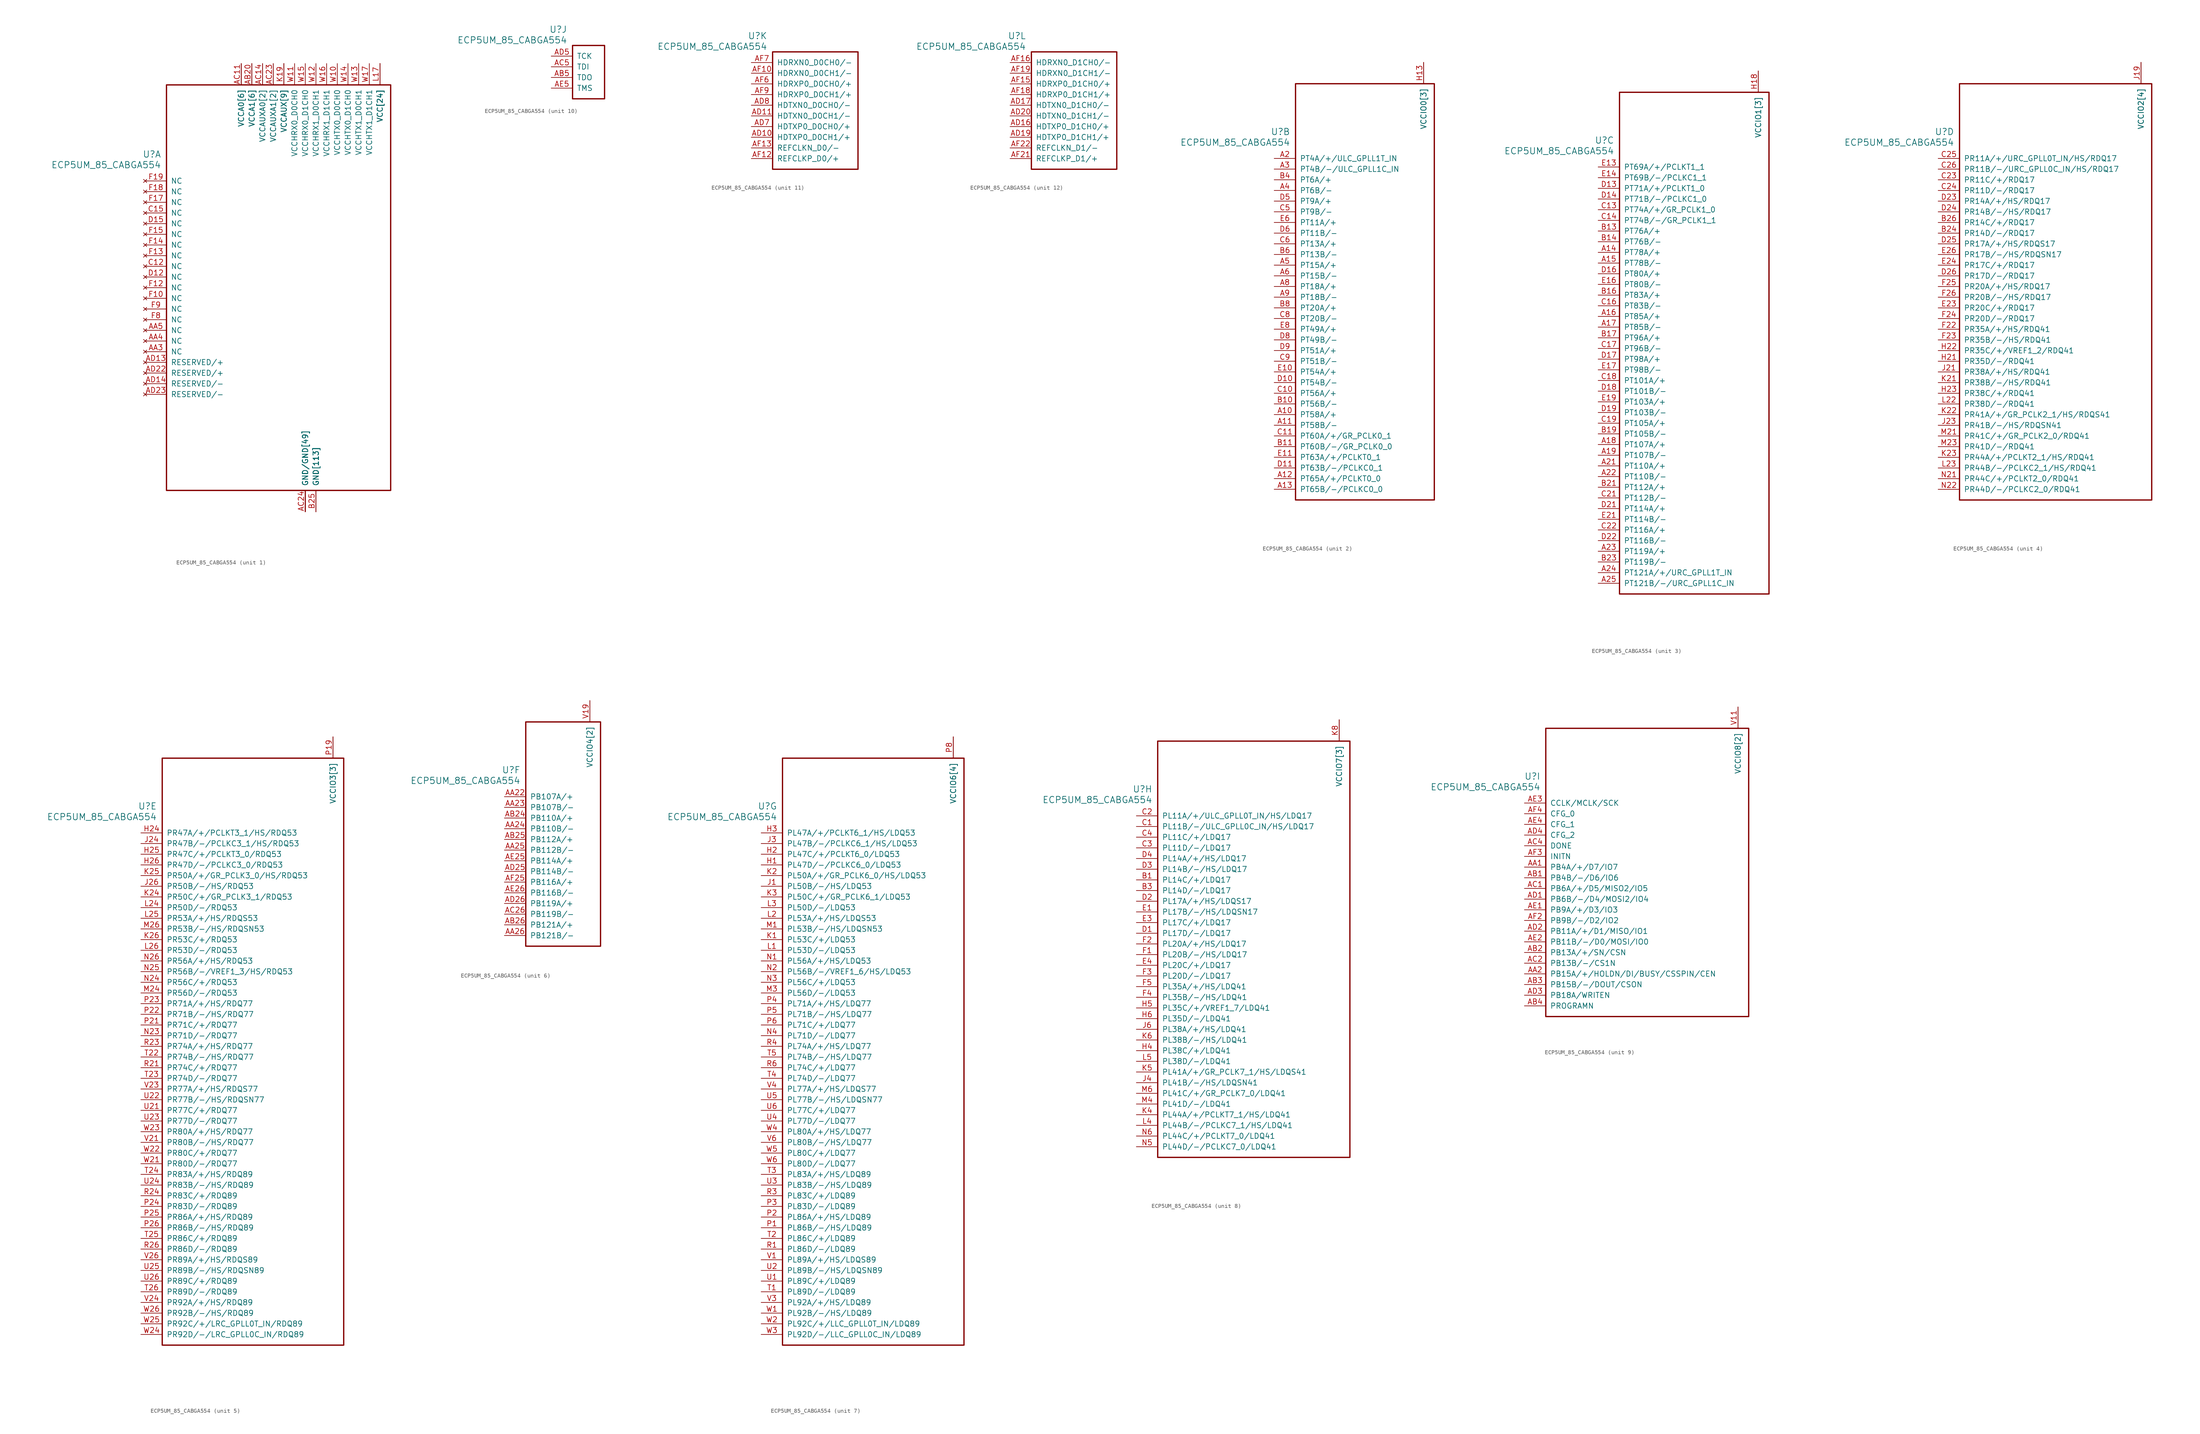
<source format=kicad_sym>
(kicad_symbol_lib
  (version 20241209)
  (generator "kicad_symbol_editor")
  (generator_version "9.0")
  (symbol "ECP5UM_85_CABGA554"
    (pin_names
      (offset 1.016))
    (property "Reference" "U"
      (at 3.81 6.35 0)
      (effects (font (size 1.524 1.524)) (justify right)))
    (property "Value" "ECP5UM_85_CABGA554"
      (at 3.81 3.81 0)
      (effects (font (size 1.524 1.524)) (justify right)))
    (property "ki_locked" ""
      (at 0 0 0)
      (effects (font (size 1.27 1.27))))
    (symbol "ECP5UM_85_CABGA554_1_1"
      (rectangle (start 5.08 22.86) (end 58.42 -73.66) (stroke (width 0.305) (type solid)) (fill (type none)))
      (pin no_connect line (at 0 0 0) (length 5.08) (name "NC" (effects (font (size 1.27 1.27)))) (number "F19" (effects (font (size 1.27 1.27)))))
      (pin no_connect line (at 0 -2.54 0) (length 5.08) (name "NC" (effects (font (size 1.27 1.27)))) (number "F18" (effects (font (size 1.27 1.27)))))
      (pin no_connect line (at 0 -5.08 0) (length 5.08) (name "NC" (effects (font (size 1.27 1.27)))) (number "F17" (effects (font (size 1.27 1.27)))))
      (pin no_connect line (at 0 -7.62 0) (length 5.08) (name "NC" (effects (font (size 1.27 1.27)))) (number "C15" (effects (font (size 1.27 1.27)))))
      (pin no_connect line (at 0 -10.16 0) (length 5.08) (name "NC" (effects (font (size 1.27 1.27)))) (number "D15" (effects (font (size 1.27 1.27)))))
      (pin no_connect line (at 0 -12.7 0) (length 5.08) (name "NC" (effects (font (size 1.27 1.27)))) (number "F15" (effects (font (size 1.27 1.27)))))
      (pin no_connect line (at 0 -15.24 0) (length 5.08) (name "NC" (effects (font (size 1.27 1.27)))) (number "F14" (effects (font (size 1.27 1.27)))))
      (pin no_connect line (at 0 -17.78 0) (length 5.08) (name "NC" (effects (font (size 1.27 1.27)))) (number "F13" (effects (font (size 1.27 1.27)))))
      (pin no_connect line (at 0 -20.32 0) (length 5.08) (name "NC" (effects (font (size 1.27 1.27)))) (number "C12" (effects (font (size 1.27 1.27)))))
      (pin no_connect line (at 0 -22.86 0) (length 5.08) (name "NC" (effects (font (size 1.27 1.27)))) (number "D12" (effects (font (size 1.27 1.27)))))
      (pin no_connect line (at 0 -25.4 0) (length 5.08) (name "NC" (effects (font (size 1.27 1.27)))) (number "F12" (effects (font (size 1.27 1.27)))))
      (pin no_connect line (at 0 -27.94 0) (length 5.08) (name "NC" (effects (font (size 1.27 1.27)))) (number "F10" (effects (font (size 1.27 1.27)))))
      (pin no_connect line (at 0 -30.48 0) (length 5.08) (name "NC" (effects (font (size 1.27 1.27)))) (number "F9" (effects (font (size 1.27 1.27)))))
      (pin no_connect line (at 0 -33.02 0) (length 5.08) (name "NC" (effects (font (size 1.27 1.27)))) (number "F8" (effects (font (size 1.27 1.27)))))
      (pin no_connect line (at 0 -35.56 0) (length 5.08) (name "NC" (effects (font (size 1.27 1.27)))) (number "AA5" (effects (font (size 1.27 1.27)))))
      (pin no_connect line (at 0 -38.1 0) (length 5.08) (name "NC" (effects (font (size 1.27 1.27)))) (number "AA4" (effects (font (size 1.27 1.27)))))
      (pin no_connect line (at 0 -40.64 0) (length 5.08) (name "NC" (effects (font (size 1.27 1.27)))) (number "AA3" (effects (font (size 1.27 1.27)))))
      (pin no_connect line (at 0 -43.18 0) (length 5.08) (name "RESERVED/+" (effects (font (size 1.27 1.27)))) (number "AD13" (effects (font (size 1.27 1.27)))))
      (pin no_connect line (at 0 -45.72 0) (length 5.08) (name "RESERVED/+" (effects (font (size 1.27 1.27)))) (number "AD22" (effects (font (size 1.27 1.27)))))
      (pin no_connect line (at 0 -48.26 0) (length 5.08) (name "RESERVED/-" (effects (font (size 1.27 1.27)))) (number "AD14" (effects (font (size 1.27 1.27)))))
      (pin no_connect line (at 0 -50.8 0) (length 5.08) (name "RESERVED/-" (effects (font (size 1.27 1.27)))) (number "AD23" (effects (font (size 1.27 1.27)))))
      (pin power_in line (at 22.86 27.94 270) (length 5.08) (name "VCCA0[6]" (effects (font (size 1.27 1.27)))) (number "AB10" (effects (font (size 0 0)))))
      (pin power_in line (at 22.86 27.94 270) (length 5.08) (name "VCCA0[6]" (effects (font (size 1.27 1.27)))) (number "AB7" (effects (font (size 0 0)))))
      (pin power_in line (at 22.86 27.94 270) (length 5.08) (name "VCCA0[6]" (effects (font (size 1.27 1.27)))) (number "AC10" (effects (font (size 0 0)))))
      (pin power_in line (at 22.86 27.94 270) (length 5.08) (name "VCCA0[6]" (effects (font (size 1.27 1.27)))) (number "AC11" (effects (font (size 1.27 1.27)))))
      (pin power_in line (at 22.86 27.94 270) (length 5.08) (name "VCCA0[6]" (effects (font (size 1.27 1.27)))) (number "AC7" (effects (font (size 0 0)))))
      (pin power_in line (at 22.86 27.94 270) (length 5.08) (name "VCCA0[6]" (effects (font (size 1.27 1.27)))) (number "AC8" (effects (font (size 0 0)))))
      (pin power_in line (at 25.4 27.94 270) (length 5.08) (name "VCCA1[6]" (effects (font (size 1.27 1.27)))) (number "AB17" (effects (font (size 0 0)))))
      (pin power_in line (at 25.4 27.94 270) (length 5.08) (name "VCCA1[6]" (effects (font (size 1.27 1.27)))) (number "AB20" (effects (font (size 1.27 1.27)))))
      (pin power_in line (at 25.4 27.94 270) (length 5.08) (name "VCCA1[6]" (effects (font (size 1.27 1.27)))) (number "AC16" (effects (font (size 0 0)))))
      (pin power_in line (at 25.4 27.94 270) (length 5.08) (name "VCCA1[6]" (effects (font (size 1.27 1.27)))) (number "AC17" (effects (font (size 0 0)))))
      (pin power_in line (at 25.4 27.94 270) (length 5.08) (name "VCCA1[6]" (effects (font (size 1.27 1.27)))) (number "AC19" (effects (font (size 0 0)))))
      (pin power_in line (at 25.4 27.94 270) (length 5.08) (name "VCCA1[6]" (effects (font (size 1.27 1.27)))) (number "AC20" (effects (font (size 0 0)))))
      (pin power_in line (at 27.94 27.94 270) (length 5.08) (name "VCCAUXA0[2]" (effects (font (size 1.27 1.27)))) (number "AC13" (effects (font (size 0 0)))))
      (pin power_in line (at 27.94 27.94 270) (length 5.08) (name "VCCAUXA0[2]" (effects (font (size 1.27 1.27)))) (number "AC14" (effects (font (size 1.27 1.27)))))
      (pin power_in line (at 30.48 27.94 270) (length 5.08) (name "VCCAUXA1[2]" (effects (font (size 1.27 1.27)))) (number "AC22" (effects (font (size 0 0)))))
      (pin power_in line (at 30.48 27.94 270) (length 5.08) (name "VCCAUXA1[2]" (effects (font (size 1.27 1.27)))) (number "AC23" (effects (font (size 1.27 1.27)))))
      (pin power_in line (at 33.02 27.94 270) (length 5.08) (name "VCCAUX[9]" (effects (font (size 1.27 1.27)))) (number "H11" (effects (font (size 0 0)))))
      (pin power_in line (at 33.02 27.94 270) (length 5.08) (name "VCCAUX[9]" (effects (font (size 1.27 1.27)))) (number "H14" (effects (font (size 0 0)))))
      (pin power_in line (at 33.02 27.94 270) (length 5.08) (name "VCCAUX[9]" (effects (font (size 1.27 1.27)))) (number "H17" (effects (font (size 0 0)))))
      (pin power_in line (at 33.02 27.94 270) (length 5.08) (name "VCCAUX[9]" (effects (font (size 1.27 1.27)))) (number "K19" (effects (font (size 1.27 1.27)))))
      (pin power_in line (at 33.02 27.94 270) (length 5.08) (name "VCCAUX[9]" (effects (font (size 1.27 1.27)))) (number "L8" (effects (font (size 0 0)))))
      (pin power_in line (at 33.02 27.94 270) (length 5.08) (name "VCCAUX[9]" (effects (font (size 1.27 1.27)))) (number "T19" (effects (font (size 0 0)))))
      (pin power_in line (at 33.02 27.94 270) (length 5.08) (name "VCCAUX[9]" (effects (font (size 1.27 1.27)))) (number "T8" (effects (font (size 0 0)))))
      (pin power_in line (at 33.02 27.94 270) (length 5.08) (name "VCCAUX[9]" (effects (font (size 1.27 1.27)))) (number "W19" (effects (font (size 0 0)))))
      (pin power_in line (at 33.02 27.94 270) (length 5.08) (name "VCCAUX[9]" (effects (font (size 1.27 1.27)))) (number "W8" (effects (font (size 0 0)))))
      (pin power_in line (at 35.56 27.94 270) (length 5.08) (name "VCCHRX0_D0CH0" (effects (font (size 1.27 1.27)))) (number "W11" (effects (font (size 1.27 1.27)))))
      (pin power_in line (at 38.1 27.94 270) (length 5.08) (name "VCCHRX0_D1CH0" (effects (font (size 1.27 1.27)))) (number "W15" (effects (font (size 1.27 1.27)))))
      (pin power_in line (at 38.1 -78.74 90) (length 5.08) (name "GND/GND[49]" (effects (font (size 1.27 1.27)))) (number "AA10" (effects (font (size 0 0)))))
      (pin power_in line (at 38.1 -78.74 90) (length 5.08) (name "GND/GND[49]" (effects (font (size 1.27 1.27)))) (number "AA12" (effects (font (size 0 0)))))
      (pin power_in line (at 38.1 -78.74 90) (length 5.08) (name "GND/GND[49]" (effects (font (size 1.27 1.27)))) (number "AA13" (effects (font (size 0 0)))))
      (pin power_in line (at 38.1 -78.74 90) (length 5.08) (name "GND/GND[49]" (effects (font (size 1.27 1.27)))) (number "AA14" (effects (font (size 0 0)))))
      (pin power_in line (at 38.1 -78.74 90) (length 5.08) (name "GND/GND[49]" (effects (font (size 1.27 1.27)))) (number "AA15" (effects (font (size 0 0)))))
      (pin power_in line (at 38.1 -78.74 90) (length 5.08) (name "GND/GND[49]" (effects (font (size 1.27 1.27)))) (number "AA17" (effects (font (size 0 0)))))
      (pin power_in line (at 38.1 -78.74 90) (length 5.08) (name "GND/GND[49]" (effects (font (size 1.27 1.27)))) (number "AA18" (effects (font (size 0 0)))))
      (pin power_in line (at 38.1 -78.74 90) (length 5.08) (name "GND/GND[49]" (effects (font (size 1.27 1.27)))) (number "AA20" (effects (font (size 0 0)))))
      (pin power_in line (at 38.1 -78.74 90) (length 5.08) (name "GND/GND[49]" (effects (font (size 1.27 1.27)))) (number "AA7" (effects (font (size 0 0)))))
      (pin power_in line (at 38.1 -78.74 90) (length 5.08) (name "GND/GND[49]" (effects (font (size 1.27 1.27)))) (number "AA9" (effects (font (size 0 0)))))
      (pin power_in line (at 38.1 -78.74 90) (length 5.08) (name "GND/GND[49]" (effects (font (size 1.27 1.27)))) (number "AB12" (effects (font (size 0 0)))))
      (pin power_in line (at 38.1 -78.74 90) (length 5.08) (name "GND/GND[49]" (effects (font (size 1.27 1.27)))) (number "AB13" (effects (font (size 0 0)))))
      (pin power_in line (at 38.1 -78.74 90) (length 5.08) (name "GND/GND[49]" (effects (font (size 1.27 1.27)))) (number "AB14" (effects (font (size 0 0)))))
      (pin power_in line (at 38.1 -78.74 90) (length 5.08) (name "GND/GND[49]" (effects (font (size 1.27 1.27)))) (number "AB15" (effects (font (size 0 0)))))
      (pin power_in line (at 38.1 -78.74 90) (length 5.08) (name "GND/GND[49]" (effects (font (size 1.27 1.27)))) (number "AB18" (effects (font (size 0 0)))))
      (pin power_in line (at 38.1 -78.74 90) (length 5.08) (name "GND/GND[49]" (effects (font (size 1.27 1.27)))) (number "AB21" (effects (font (size 0 0)))))
      (pin power_in line (at 38.1 -78.74 90) (length 5.08) (name "GND/GND[49]" (effects (font (size 1.27 1.27)))) (number "AB22" (effects (font (size 0 0)))))
      (pin power_in line (at 38.1 -78.74 90) (length 5.08) (name "GND/GND[49]" (effects (font (size 1.27 1.27)))) (number "AB23" (effects (font (size 0 0)))))
      (pin power_in line (at 38.1 -78.74 90) (length 5.08) (name "GND/GND[49]" (effects (font (size 1.27 1.27)))) (number "AB6" (effects (font (size 0 0)))))
      (pin power_in line (at 38.1 -78.74 90) (length 5.08) (name "GND/GND[49]" (effects (font (size 1.27 1.27)))) (number "AB9" (effects (font (size 0 0)))))
      (pin power_in line (at 38.1 -78.74 90) (length 5.08) (name "GND/GND[49]" (effects (font (size 1.27 1.27)))) (number "AC12" (effects (font (size 0 0)))))
      (pin power_in line (at 38.1 -78.74 90) (length 5.08) (name "GND/GND[49]" (effects (font (size 1.27 1.27)))) (number "AC15" (effects (font (size 0 0)))))
      (pin power_in line (at 38.1 -78.74 90) (length 5.08) (name "GND/GND[49]" (effects (font (size 1.27 1.27)))) (number "AC18" (effects (font (size 0 0)))))
      (pin power_in line (at 38.1 -78.74 90) (length 5.08) (name "GND/GND[49]" (effects (font (size 1.27 1.27)))) (number "AC21" (effects (font (size 0 0)))))
      (pin power_in line (at 38.1 -78.74 90) (length 5.08) (name "GND/GND[49]" (effects (font (size 1.27 1.27)))) (number "AC24" (effects (font (size 1.27 1.27)))))
      (pin power_in line (at 38.1 -78.74 90) (length 5.08) (name "GND/GND[49]" (effects (font (size 1.27 1.27)))) (number "AC6" (effects (font (size 0 0)))))
      (pin power_in line (at 38.1 -78.74 90) (length 5.08) (name "GND/GND[49]" (effects (font (size 1.27 1.27)))) (number "AC9" (effects (font (size 0 0)))))
      (pin power_in line (at 38.1 -78.74 90) (length 5.08) (name "GND/GND[49]" (effects (font (size 1.27 1.27)))) (number "AD12" (effects (font (size 0 0)))))
      (pin power_in line (at 38.1 -78.74 90) (length 5.08) (name "GND/GND[49]" (effects (font (size 1.27 1.27)))) (number "AD15" (effects (font (size 0 0)))))
      (pin power_in line (at 38.1 -78.74 90) (length 5.08) (name "GND/GND[49]" (effects (font (size 1.27 1.27)))) (number "AD18" (effects (font (size 0 0)))))
      (pin power_in line (at 38.1 -78.74 90) (length 5.08) (name "GND/GND[49]" (effects (font (size 1.27 1.27)))) (number "AD21" (effects (font (size 0 0)))))
      (pin power_in line (at 38.1 -78.74 90) (length 5.08) (name "GND/GND[49]" (effects (font (size 1.27 1.27)))) (number "AD24" (effects (font (size 0 0)))))
      (pin power_in line (at 38.1 -78.74 90) (length 5.08) (name "GND/GND[49]" (effects (font (size 1.27 1.27)))) (number "AD6" (effects (font (size 0 0)))))
      (pin power_in line (at 38.1 -78.74 90) (length 5.08) (name "GND/GND[49]" (effects (font (size 1.27 1.27)))) (number "AD9" (effects (font (size 0 0)))))
      (pin power_in line (at 38.1 -78.74 90) (length 5.08) (name "GND/GND[49]" (effects (font (size 1.27 1.27)))) (number "AE10" (effects (font (size 0 0)))))
      (pin power_in line (at 38.1 -78.74 90) (length 5.08) (name "GND/GND[49]" (effects (font (size 1.27 1.27)))) (number "AE12" (effects (font (size 0 0)))))
      (pin power_in line (at 38.1 -78.74 90) (length 5.08) (name "GND/GND[49]" (effects (font (size 1.27 1.27)))) (number "AE13" (effects (font (size 0 0)))))
      (pin power_in line (at 38.1 -78.74 90) (length 5.08) (name "GND/GND[49]" (effects (font (size 1.27 1.27)))) (number "AE15" (effects (font (size 0 0)))))
      (pin power_in line (at 38.1 -78.74 90) (length 5.08) (name "GND/GND[49]" (effects (font (size 1.27 1.27)))) (number "AE16" (effects (font (size 0 0)))))
      (pin power_in line (at 38.1 -78.74 90) (length 5.08) (name "GND/GND[49]" (effects (font (size 1.27 1.27)))) (number "AE18" (effects (font (size 0 0)))))
      (pin power_in line (at 38.1 -78.74 90) (length 5.08) (name "GND/GND[49]" (effects (font (size 1.27 1.27)))) (number "AE19" (effects (font (size 0 0)))))
      (pin power_in line (at 38.1 -78.74 90) (length 5.08) (name "GND/GND[49]" (effects (font (size 1.27 1.27)))) (number "AE21" (effects (font (size 0 0)))))
      (pin power_in line (at 38.1 -78.74 90) (length 5.08) (name "GND/GND[49]" (effects (font (size 1.27 1.27)))) (number "AE22" (effects (font (size 0 0)))))
      (pin power_in line (at 38.1 -78.74 90) (length 5.08) (name "GND/GND[49]" (effects (font (size 1.27 1.27)))) (number "AE24" (effects (font (size 0 0)))))
      (pin power_in line (at 38.1 -78.74 90) (length 5.08) (name "GND/GND[49]" (effects (font (size 1.27 1.27)))) (number "AE6" (effects (font (size 0 0)))))
      (pin power_in line (at 38.1 -78.74 90) (length 5.08) (name "GND/GND[49]" (effects (font (size 1.27 1.27)))) (number "AE7" (effects (font (size 0 0)))))
      (pin power_in line (at 38.1 -78.74 90) (length 5.08) (name "GND/GND[49]" (effects (font (size 1.27 1.27)))) (number "AE9" (effects (font (size 0 0)))))
      (pin power_in line (at 38.1 -78.74 90) (length 5.08) (name "GND/GND[49]" (effects (font (size 1.27 1.27)))) (number "AF24" (effects (font (size 0 0)))))
      (pin power_in line (at 38.1 -78.74 90) (length 5.08) (name "GND/GND[49]" (effects (font (size 1.27 1.27)))) (number "AF5" (effects (font (size 0 0)))))
      (pin power_in line (at 40.64 27.94 270) (length 5.08) (name "VCCHRX1_D0CH1" (effects (font (size 1.27 1.27)))) (number "W12" (effects (font (size 1.27 1.27)))))
      (pin power_in line (at 40.64 -78.74 90) (length 5.08) (name "GND[113]" (effects (font (size 1.27 1.27)))) (number "AC25" (effects (font (size 0 0)))))
      (pin power_in line (at 40.64 -78.74 90) (length 5.08) (name "GND[113]" (effects (font (size 1.27 1.27)))) (number "AC3" (effects (font (size 0 0)))))
      (pin power_in line (at 40.64 -78.74 90) (length 5.08) (name "GND[113]" (effects (font (size 1.27 1.27)))) (number "B12" (effects (font (size 0 0)))))
      (pin power_in line (at 40.64 -78.74 90) (length 5.08) (name "GND[113]" (effects (font (size 1.27 1.27)))) (number "B15" (effects (font (size 0 0)))))
      (pin power_in line (at 40.64 -78.74 90) (length 5.08) (name "GND[113]" (effects (font (size 1.27 1.27)))) (number "B18" (effects (font (size 0 0)))))
      (pin power_in line (at 40.64 -78.74 90) (length 5.08) (name "GND[113]" (effects (font (size 1.27 1.27)))) (number "B2" (effects (font (size 0 0)))))
      (pin power_in line (at 40.64 -78.74 90) (length 5.08) (name "GND[113]" (effects (font (size 1.27 1.27)))) (number "B22" (effects (font (size 0 0)))))
      (pin power_in line (at 40.64 -78.74 90) (length 5.08) (name "GND[113]" (effects (font (size 1.27 1.27)))) (number "B25" (effects (font (size 1.27 1.27)))))
      (pin power_in line (at 40.64 -78.74 90) (length 5.08) (name "GND[113]" (effects (font (size 1.27 1.27)))) (number "B5" (effects (font (size 0 0)))))
      (pin power_in line (at 40.64 -78.74 90) (length 5.08) (name "GND[113]" (effects (font (size 1.27 1.27)))) (number "B9" (effects (font (size 0 0)))))
      (pin power_in line (at 40.64 -78.74 90) (length 5.08) (name "GND[113]" (effects (font (size 1.27 1.27)))) (number "E12" (effects (font (size 0 0)))))
      (pin power_in line (at 40.64 -78.74 90) (length 5.08) (name "GND[113]" (effects (font (size 1.27 1.27)))) (number "E15" (effects (font (size 0 0)))))
      (pin power_in line (at 40.64 -78.74 90) (length 5.08) (name "GND[113]" (effects (font (size 1.27 1.27)))) (number "E18" (effects (font (size 0 0)))))
      (pin power_in line (at 40.64 -78.74 90) (length 5.08) (name "GND[113]" (effects (font (size 1.27 1.27)))) (number "E2" (effects (font (size 0 0)))))
      (pin power_in line (at 40.64 -78.74 90) (length 5.08) (name "GND[113]" (effects (font (size 1.27 1.27)))) (number "E22" (effects (font (size 0 0)))))
      (pin power_in line (at 40.64 -78.74 90) (length 5.08) (name "GND[113]" (effects (font (size 1.27 1.27)))) (number "E25" (effects (font (size 0 0)))))
      (pin power_in line (at 40.64 -78.74 90) (length 5.08) (name "GND[113]" (effects (font (size 1.27 1.27)))) (number "E5" (effects (font (size 0 0)))))
      (pin power_in line (at 40.64 -78.74 90) (length 5.08) (name "GND[113]" (effects (font (size 1.27 1.27)))) (number "E9" (effects (font (size 0 0)))))
      (pin power_in line (at 40.64 -78.74 90) (length 5.08) (name "GND[113]" (effects (font (size 1.27 1.27)))) (number "H19" (effects (font (size 0 0)))))
      (pin power_in line (at 40.64 -78.74 90) (length 5.08) (name "GND[113]" (effects (font (size 1.27 1.27)))) (number "H8" (effects (font (size 0 0)))))
      (pin power_in line (at 40.64 -78.74 90) (length 5.08) (name "GND[113]" (effects (font (size 1.27 1.27)))) (number "H9" (effects (font (size 0 0)))))
      (pin power_in line (at 40.64 -78.74 90) (length 5.08) (name "GND[113]" (effects (font (size 1.27 1.27)))) (number "J10" (effects (font (size 0 0)))))
      (pin power_in line (at 40.64 -78.74 90) (length 5.08) (name "GND[113]" (effects (font (size 1.27 1.27)))) (number "J11" (effects (font (size 0 0)))))
      (pin power_in line (at 40.64 -78.74 90) (length 5.08) (name "GND[113]" (effects (font (size 1.27 1.27)))) (number "J12" (effects (font (size 0 0)))))
      (pin power_in line (at 40.64 -78.74 90) (length 5.08) (name "GND[113]" (effects (font (size 1.27 1.27)))) (number "J13" (effects (font (size 0 0)))))
      (pin power_in line (at 40.64 -78.74 90) (length 5.08) (name "GND[113]" (effects (font (size 1.27 1.27)))) (number "J14" (effects (font (size 0 0)))))
      (pin power_in line (at 40.64 -78.74 90) (length 5.08) (name "GND[113]" (effects (font (size 1.27 1.27)))) (number "J15" (effects (font (size 0 0)))))
      (pin power_in line (at 40.64 -78.74 90) (length 5.08) (name "GND[113]" (effects (font (size 1.27 1.27)))) (number "J16" (effects (font (size 0 0)))))
      (pin power_in line (at 40.64 -78.74 90) (length 5.08) (name "GND[113]" (effects (font (size 1.27 1.27)))) (number "J17" (effects (font (size 0 0)))))
      (pin power_in line (at 40.64 -78.74 90) (length 5.08) (name "GND[113]" (effects (font (size 1.27 1.27)))) (number "J18" (effects (font (size 0 0)))))
      (pin power_in line (at 40.64 -78.74 90) (length 5.08) (name "GND[113]" (effects (font (size 1.27 1.27)))) (number "J2" (effects (font (size 0 0)))))
      (pin power_in line (at 40.64 -78.74 90) (length 5.08) (name "GND[113]" (effects (font (size 1.27 1.27)))) (number "J22" (effects (font (size 0 0)))))
      (pin power_in line (at 40.64 -78.74 90) (length 5.08) (name "GND[113]" (effects (font (size 1.27 1.27)))) (number "J25" (effects (font (size 0 0)))))
      (pin power_in line (at 40.64 -78.74 90) (length 5.08) (name "GND[113]" (effects (font (size 1.27 1.27)))) (number "J5" (effects (font (size 0 0)))))
      (pin power_in line (at 40.64 -78.74 90) (length 5.08) (name "GND[113]" (effects (font (size 1.27 1.27)))) (number "J8" (effects (font (size 0 0)))))
      (pin power_in line (at 40.64 -78.74 90) (length 5.08) (name "GND[113]" (effects (font (size 1.27 1.27)))) (number "J9" (effects (font (size 0 0)))))
      (pin power_in line (at 40.64 -78.74 90) (length 5.08) (name "GND[113]" (effects (font (size 1.27 1.27)))) (number "K10" (effects (font (size 0 0)))))
      (pin power_in line (at 40.64 -78.74 90) (length 5.08) (name "GND[113]" (effects (font (size 1.27 1.27)))) (number "K17" (effects (font (size 0 0)))))
      (pin power_in line (at 40.64 -78.74 90) (length 5.08) (name "GND[113]" (effects (font (size 1.27 1.27)))) (number "K18" (effects (font (size 0 0)))))
      (pin power_in line (at 40.64 -78.74 90) (length 5.08) (name "GND[113]" (effects (font (size 1.27 1.27)))) (number "K9" (effects (font (size 0 0)))))
      (pin power_in line (at 40.64 -78.74 90) (length 5.08) (name "GND[113]" (effects (font (size 1.27 1.27)))) (number "L11" (effects (font (size 0 0)))))
      (pin power_in line (at 40.64 -78.74 90) (length 5.08) (name "GND[113]" (effects (font (size 1.27 1.27)))) (number "L12" (effects (font (size 0 0)))))
      (pin power_in line (at 40.64 -78.74 90) (length 5.08) (name "GND[113]" (effects (font (size 1.27 1.27)))) (number "L13" (effects (font (size 0 0)))))
      (pin power_in line (at 40.64 -78.74 90) (length 5.08) (name "GND[113]" (effects (font (size 1.27 1.27)))) (number "L14" (effects (font (size 0 0)))))
      (pin power_in line (at 40.64 -78.74 90) (length 5.08) (name "GND[113]" (effects (font (size 1.27 1.27)))) (number "L15" (effects (font (size 0 0)))))
      (pin power_in line (at 40.64 -78.74 90) (length 5.08) (name "GND[113]" (effects (font (size 1.27 1.27)))) (number "L16" (effects (font (size 0 0)))))
      (pin power_in line (at 40.64 -78.74 90) (length 5.08) (name "GND[113]" (effects (font (size 1.27 1.27)))) (number "L18" (effects (font (size 0 0)))))
      (pin power_in line (at 40.64 -78.74 90) (length 5.08) (name "GND[113]" (effects (font (size 1.27 1.27)))) (number "L9" (effects (font (size 0 0)))))
      (pin power_in line (at 40.64 -78.74 90) (length 5.08) (name "GND[113]" (effects (font (size 1.27 1.27)))) (number "M11" (effects (font (size 0 0)))))
      (pin power_in line (at 40.64 -78.74 90) (length 5.08) (name "GND[113]" (effects (font (size 1.27 1.27)))) (number "M12" (effects (font (size 0 0)))))
      (pin power_in line (at 40.64 -78.74 90) (length 5.08) (name "GND[113]" (effects (font (size 1.27 1.27)))) (number "M13" (effects (font (size 0 0)))))
      (pin power_in line (at 40.64 -78.74 90) (length 5.08) (name "GND[113]" (effects (font (size 1.27 1.27)))) (number "M14" (effects (font (size 0 0)))))
      (pin power_in line (at 40.64 -78.74 90) (length 5.08) (name "GND[113]" (effects (font (size 1.27 1.27)))) (number "M15" (effects (font (size 0 0)))))
      (pin power_in line (at 40.64 -78.74 90) (length 5.08) (name "GND[113]" (effects (font (size 1.27 1.27)))) (number "M16" (effects (font (size 0 0)))))
      (pin power_in line (at 40.64 -78.74 90) (length 5.08) (name "GND[113]" (effects (font (size 1.27 1.27)))) (number "M18" (effects (font (size 0 0)))))
      (pin power_in line (at 40.64 -78.74 90) (length 5.08) (name "GND[113]" (effects (font (size 1.27 1.27)))) (number "M2" (effects (font (size 0 0)))))
      (pin power_in line (at 40.64 -78.74 90) (length 5.08) (name "GND[113]" (effects (font (size 1.27 1.27)))) (number "M22" (effects (font (size 0 0)))))
      (pin power_in line (at 40.64 -78.74 90) (length 5.08) (name "GND[113]" (effects (font (size 1.27 1.27)))) (number "M25" (effects (font (size 0 0)))))
      (pin power_in line (at 40.64 -78.74 90) (length 5.08) (name "GND[113]" (effects (font (size 1.27 1.27)))) (number "M5" (effects (font (size 0 0)))))
      (pin power_in line (at 40.64 -78.74 90) (length 5.08) (name "GND[113]" (effects (font (size 1.27 1.27)))) (number "M9" (effects (font (size 0 0)))))
      (pin power_in line (at 40.64 -78.74 90) (length 5.08) (name "GND[113]" (effects (font (size 1.27 1.27)))) (number "N11" (effects (font (size 0 0)))))
      (pin power_in line (at 40.64 -78.74 90) (length 5.08) (name "GND[113]" (effects (font (size 1.27 1.27)))) (number "N12" (effects (font (size 0 0)))))
      (pin power_in line (at 40.64 -78.74 90) (length 5.08) (name "GND[113]" (effects (font (size 1.27 1.27)))) (number "N13" (effects (font (size 0 0)))))
      (pin power_in line (at 40.64 -78.74 90) (length 5.08) (name "GND[113]" (effects (font (size 1.27 1.27)))) (number "N14" (effects (font (size 0 0)))))
      (pin power_in line (at 40.64 -78.74 90) (length 5.08) (name "GND[113]" (effects (font (size 1.27 1.27)))) (number "N15" (effects (font (size 0 0)))))
      (pin power_in line (at 40.64 -78.74 90) (length 5.08) (name "GND[113]" (effects (font (size 1.27 1.27)))) (number "N16" (effects (font (size 0 0)))))
      (pin power_in line (at 40.64 -78.74 90) (length 5.08) (name "GND[113]" (effects (font (size 1.27 1.27)))) (number "N18" (effects (font (size 0 0)))))
      (pin power_in line (at 40.64 -78.74 90) (length 5.08) (name "GND[113]" (effects (font (size 1.27 1.27)))) (number "N9" (effects (font (size 0 0)))))
      (pin power_in line (at 40.64 -78.74 90) (length 5.08) (name "GND[113]" (effects (font (size 1.27 1.27)))) (number "P11" (effects (font (size 0 0)))))
      (pin power_in line (at 40.64 -78.74 90) (length 5.08) (name "GND[113]" (effects (font (size 1.27 1.27)))) (number "P12" (effects (font (size 0 0)))))
      (pin power_in line (at 40.64 -78.74 90) (length 5.08) (name "GND[113]" (effects (font (size 1.27 1.27)))) (number "P13" (effects (font (size 0 0)))))
      (pin power_in line (at 40.64 -78.74 90) (length 5.08) (name "GND[113]" (effects (font (size 1.27 1.27)))) (number "P14" (effects (font (size 0 0)))))
      (pin power_in line (at 40.64 -78.74 90) (length 5.08) (name "GND[113]" (effects (font (size 1.27 1.27)))) (number "P15" (effects (font (size 0 0)))))
      (pin power_in line (at 40.64 -78.74 90) (length 5.08) (name "GND[113]" (effects (font (size 1.27 1.27)))) (number "P16" (effects (font (size 0 0)))))
      (pin power_in line (at 40.64 -78.74 90) (length 5.08) (name "GND[113]" (effects (font (size 1.27 1.27)))) (number "P18" (effects (font (size 0 0)))))
      (pin power_in line (at 40.64 -78.74 90) (length 5.08) (name "GND[113]" (effects (font (size 1.27 1.27)))) (number "P9" (effects (font (size 0 0)))))
      (pin power_in line (at 40.64 -78.74 90) (length 5.08) (name "GND[113]" (effects (font (size 1.27 1.27)))) (number "R11" (effects (font (size 0 0)))))
      (pin power_in line (at 40.64 -78.74 90) (length 5.08) (name "GND[113]" (effects (font (size 1.27 1.27)))) (number "R12" (effects (font (size 0 0)))))
      (pin power_in line (at 40.64 -78.74 90) (length 5.08) (name "GND[113]" (effects (font (size 1.27 1.27)))) (number "R13" (effects (font (size 0 0)))))
      (pin power_in line (at 40.64 -78.74 90) (length 5.08) (name "GND[113]" (effects (font (size 1.27 1.27)))) (number "R14" (effects (font (size 0 0)))))
      (pin power_in line (at 40.64 -78.74 90) (length 5.08) (name "GND[113]" (effects (font (size 1.27 1.27)))) (number "R15" (effects (font (size 0 0)))))
      (pin power_in line (at 40.64 -78.74 90) (length 5.08) (name "GND[113]" (effects (font (size 1.27 1.27)))) (number "R16" (effects (font (size 0 0)))))
      (pin power_in line (at 40.64 -78.74 90) (length 5.08) (name "GND[113]" (effects (font (size 1.27 1.27)))) (number "R18" (effects (font (size 0 0)))))
      (pin power_in line (at 40.64 -78.74 90) (length 5.08) (name "GND[113]" (effects (font (size 1.27 1.27)))) (number "R2" (effects (font (size 0 0)))))
      (pin power_in line (at 40.64 -78.74 90) (length 5.08) (name "GND[113]" (effects (font (size 1.27 1.27)))) (number "R22" (effects (font (size 0 0)))))
      (pin power_in line (at 40.64 -78.74 90) (length 5.08) (name "GND[113]" (effects (font (size 1.27 1.27)))) (number "R25" (effects (font (size 0 0)))))
      (pin power_in line (at 40.64 -78.74 90) (length 5.08) (name "GND[113]" (effects (font (size 1.27 1.27)))) (number "R5" (effects (font (size 0 0)))))
      (pin power_in line (at 40.64 -78.74 90) (length 5.08) (name "GND[113]" (effects (font (size 1.27 1.27)))) (number "R9" (effects (font (size 0 0)))))
      (pin power_in line (at 40.64 -78.74 90) (length 5.08) (name "GND[113]" (effects (font (size 1.27 1.27)))) (number "T18" (effects (font (size 0 0)))))
      (pin power_in line (at 40.64 -78.74 90) (length 5.08) (name "GND[113]" (effects (font (size 1.27 1.27)))) (number "T9" (effects (font (size 0 0)))))
      (pin power_in line (at 40.64 -78.74 90) (length 5.08) (name "GND[113]" (effects (font (size 1.27 1.27)))) (number "U10" (effects (font (size 0 0)))))
      (pin power_in line (at 40.64 -78.74 90) (length 5.08) (name "GND[113]" (effects (font (size 1.27 1.27)))) (number "U11" (effects (font (size 0 0)))))
      (pin power_in line (at 40.64 -78.74 90) (length 5.08) (name "GND[113]" (effects (font (size 1.27 1.27)))) (number "U12" (effects (font (size 0 0)))))
      (pin power_in line (at 40.64 -78.74 90) (length 5.08) (name "GND[113]" (effects (font (size 1.27 1.27)))) (number "U13" (effects (font (size 0 0)))))
      (pin power_in line (at 40.64 -78.74 90) (length 5.08) (name "GND[113]" (effects (font (size 1.27 1.27)))) (number "U14" (effects (font (size 0 0)))))
      (pin power_in line (at 40.64 -78.74 90) (length 5.08) (name "GND[113]" (effects (font (size 1.27 1.27)))) (number "U15" (effects (font (size 0 0)))))
      (pin power_in line (at 40.64 -78.74 90) (length 5.08) (name "GND[113]" (effects (font (size 1.27 1.27)))) (number "U16" (effects (font (size 0 0)))))
      (pin power_in line (at 40.64 -78.74 90) (length 5.08) (name "GND[113]" (effects (font (size 1.27 1.27)))) (number "U17" (effects (font (size 0 0)))))
      (pin power_in line (at 40.64 -78.74 90) (length 5.08) (name "GND[113]" (effects (font (size 1.27 1.27)))) (number "U18" (effects (font (size 0 0)))))
      (pin power_in line (at 40.64 -78.74 90) (length 5.08) (name "GND[113]" (effects (font (size 1.27 1.27)))) (number "U9" (effects (font (size 0 0)))))
      (pin power_in line (at 40.64 -78.74 90) (length 5.08) (name "GND[113]" (effects (font (size 1.27 1.27)))) (number "V12" (effects (font (size 0 0)))))
      (pin power_in line (at 40.64 -78.74 90) (length 5.08) (name "GND[113]" (effects (font (size 1.27 1.27)))) (number "V13" (effects (font (size 0 0)))))
      (pin power_in line (at 40.64 -78.74 90) (length 5.08) (name "GND[113]" (effects (font (size 1.27 1.27)))) (number "V14" (effects (font (size 0 0)))))
      (pin power_in line (at 40.64 -78.74 90) (length 5.08) (name "GND[113]" (effects (font (size 1.27 1.27)))) (number "V15" (effects (font (size 0 0)))))
      (pin power_in line (at 40.64 -78.74 90) (length 5.08) (name "GND[113]" (effects (font (size 1.27 1.27)))) (number "V16" (effects (font (size 0 0)))))
      (pin power_in line (at 40.64 -78.74 90) (length 5.08) (name "GND[113]" (effects (font (size 1.27 1.27)))) (number "V17" (effects (font (size 0 0)))))
      (pin power_in line (at 40.64 -78.74 90) (length 5.08) (name "GND[113]" (effects (font (size 1.27 1.27)))) (number "V2" (effects (font (size 0 0)))))
      (pin power_in line (at 40.64 -78.74 90) (length 5.08) (name "GND[113]" (effects (font (size 1.27 1.27)))) (number "V22" (effects (font (size 0 0)))))
      (pin power_in line (at 40.64 -78.74 90) (length 5.08) (name "GND[113]" (effects (font (size 1.27 1.27)))) (number "V25" (effects (font (size 0 0)))))
      (pin power_in line (at 40.64 -78.74 90) (length 5.08) (name "GND[113]" (effects (font (size 1.27 1.27)))) (number "V5" (effects (font (size 0 0)))))
      (pin power_in line (at 40.64 -78.74 90) (length 5.08) (name "GND[113]" (effects (font (size 1.27 1.27)))) (number "V9" (effects (font (size 0 0)))))
      (pin power_in line (at 40.64 -78.74 90) (length 5.08) (name "GND[113]" (effects (font (size 1.27 1.27)))) (number "W18" (effects (font (size 0 0)))))
      (pin power_in line (at 40.64 -78.74 90) (length 5.08) (name "GND[113]" (effects (font (size 1.27 1.27)))) (number "W9" (effects (font (size 0 0)))))
      (pin power_in line (at 43.18 27.94 270) (length 5.08) (name "VCCHRX1_D1CH1" (effects (font (size 1.27 1.27)))) (number "W16" (effects (font (size 1.27 1.27)))))
      (pin power_in line (at 45.72 27.94 270) (length 5.08) (name "VCCHTX0_D0CH0" (effects (font (size 1.27 1.27)))) (number "W10" (effects (font (size 1.27 1.27)))))
      (pin power_in line (at 48.26 27.94 270) (length 5.08) (name "VCCHTX0_D1CH0" (effects (font (size 1.27 1.27)))) (number "W14" (effects (font (size 1.27 1.27)))))
      (pin power_in line (at 50.8 27.94 270) (length 5.08) (name "VCCHTX1_D0CH1" (effects (font (size 1.27 1.27)))) (number "W13" (effects (font (size 1.27 1.27)))))
      (pin power_in line (at 53.34 27.94 270) (length 5.08) (name "VCCHTX1_D1CH1" (effects (font (size 1.27 1.27)))) (number "W17" (effects (font (size 1.27 1.27)))))
      (pin power_in line (at 55.88 27.94 270) (length 5.08) (name "VCC[24]" (effects (font (size 1.27 1.27)))) (number "K11" (effects (font (size 0 0)))))
      (pin power_in line (at 55.88 27.94 270) (length 5.08) (name "VCC[24]" (effects (font (size 1.27 1.27)))) (number "K12" (effects (font (size 0 0)))))
      (pin power_in line (at 55.88 27.94 270) (length 5.08) (name "VCC[24]" (effects (font (size 1.27 1.27)))) (number "K13" (effects (font (size 0 0)))))
      (pin power_in line (at 55.88 27.94 270) (length 5.08) (name "VCC[24]" (effects (font (size 1.27 1.27)))) (number "K14" (effects (font (size 0 0)))))
      (pin power_in line (at 55.88 27.94 270) (length 5.08) (name "VCC[24]" (effects (font (size 1.27 1.27)))) (number "K15" (effects (font (size 0 0)))))
      (pin power_in line (at 55.88 27.94 270) (length 5.08) (name "VCC[24]" (effects (font (size 1.27 1.27)))) (number "K16" (effects (font (size 0 0)))))
      (pin power_in line (at 55.88 27.94 270) (length 5.08) (name "VCC[24]" (effects (font (size 1.27 1.27)))) (number "L10" (effects (font (size 0 0)))))
      (pin power_in line (at 55.88 27.94 270) (length 5.08) (name "VCC[24]" (effects (font (size 1.27 1.27)))) (number "L17" (effects (font (size 1.27 1.27)))))
      (pin power_in line (at 55.88 27.94 270) (length 5.08) (name "VCC[24]" (effects (font (size 1.27 1.27)))) (number "M10" (effects (font (size 0 0)))))
      (pin power_in line (at 55.88 27.94 270) (length 5.08) (name "VCC[24]" (effects (font (size 1.27 1.27)))) (number "M17" (effects (font (size 0 0)))))
      (pin power_in line (at 55.88 27.94 270) (length 5.08) (name "VCC[24]" (effects (font (size 1.27 1.27)))) (number "N10" (effects (font (size 0 0)))))
      (pin power_in line (at 55.88 27.94 270) (length 5.08) (name "VCC[24]" (effects (font (size 1.27 1.27)))) (number "N17" (effects (font (size 0 0)))))
      (pin power_in line (at 55.88 27.94 270) (length 5.08) (name "VCC[24]" (effects (font (size 1.27 1.27)))) (number "P10" (effects (font (size 0 0)))))
      (pin power_in line (at 55.88 27.94 270) (length 5.08) (name "VCC[24]" (effects (font (size 1.27 1.27)))) (number "P17" (effects (font (size 0 0)))))
      (pin power_in line (at 55.88 27.94 270) (length 5.08) (name "VCC[24]" (effects (font (size 1.27 1.27)))) (number "R10" (effects (font (size 0 0)))))
      (pin power_in line (at 55.88 27.94 270) (length 5.08) (name "VCC[24]" (effects (font (size 1.27 1.27)))) (number "R17" (effects (font (size 0 0)))))
      (pin power_in line (at 55.88 27.94 270) (length 5.08) (name "VCC[24]" (effects (font (size 1.27 1.27)))) (number "T10" (effects (font (size 0 0)))))
      (pin power_in line (at 55.88 27.94 270) (length 5.08) (name "VCC[24]" (effects (font (size 1.27 1.27)))) (number "T11" (effects (font (size 0 0)))))
      (pin power_in line (at 55.88 27.94 270) (length 5.08) (name "VCC[24]" (effects (font (size 1.27 1.27)))) (number "T12" (effects (font (size 0 0)))))
      (pin power_in line (at 55.88 27.94 270) (length 5.08) (name "VCC[24]" (effects (font (size 1.27 1.27)))) (number "T13" (effects (font (size 0 0)))))
      (pin power_in line (at 55.88 27.94 270) (length 5.08) (name "VCC[24]" (effects (font (size 1.27 1.27)))) (number "T14" (effects (font (size 0 0)))))
      (pin power_in line (at 55.88 27.94 270) (length 5.08) (name "VCC[24]" (effects (font (size 1.27 1.27)))) (number "T15" (effects (font (size 0 0)))))
      (pin power_in line (at 55.88 27.94 270) (length 5.08) (name "VCC[24]" (effects (font (size 1.27 1.27)))) (number "T16" (effects (font (size 0 0)))))
      (pin power_in line (at 55.88 27.94 270) (length 5.08) (name "VCC[24]" (effects (font (size 1.27 1.27)))) (number "T17" (effects (font (size 0 0))))))
    (symbol "ECP5UM_85_CABGA554_2_1"
      (rectangle (start 5.08 17.78) (end 38.1 -81.28) (stroke (width 0.305) (type solid)) (fill (type none)))
      (pin bidirectional line (at 0 0 0) (length 5.08) (name "PT4A/+/ULC_GPLL1T_IN" (effects (font (size 1.27 1.27)))) (number "A2" (effects (font (size 1.27 1.27)))))
      (pin bidirectional line (at 0 -2.54 0) (length 5.08) (name "PT4B/-/ULC_GPLL1C_IN" (effects (font (size 1.27 1.27)))) (number "A3" (effects (font (size 1.27 1.27)))))
      (pin bidirectional line (at 0 -5.08 0) (length 5.08) (name "PT6A/+" (effects (font (size 1.27 1.27)))) (number "B4" (effects (font (size 1.27 1.27)))))
      (pin bidirectional line (at 0 -7.62 0) (length 5.08) (name "PT6B/-" (effects (font (size 1.27 1.27)))) (number "A4" (effects (font (size 1.27 1.27)))))
      (pin bidirectional line (at 0 -10.16 0) (length 5.08) (name "PT9A/+" (effects (font (size 1.27 1.27)))) (number "D5" (effects (font (size 1.27 1.27)))))
      (pin bidirectional line (at 0 -12.7 0) (length 5.08) (name "PT9B/-" (effects (font (size 1.27 1.27)))) (number "C5" (effects (font (size 1.27 1.27)))))
      (pin bidirectional line (at 0 -15.24 0) (length 5.08) (name "PT11A/+" (effects (font (size 1.27 1.27)))) (number "E6" (effects (font (size 1.27 1.27)))))
      (pin bidirectional line (at 0 -17.78 0) (length 5.08) (name "PT11B/-" (effects (font (size 1.27 1.27)))) (number "D6" (effects (font (size 1.27 1.27)))))
      (pin bidirectional line (at 0 -20.32 0) (length 5.08) (name "PT13A/+" (effects (font (size 1.27 1.27)))) (number "C6" (effects (font (size 1.27 1.27)))))
      (pin bidirectional line (at 0 -22.86 0) (length 5.08) (name "PT13B/-" (effects (font (size 1.27 1.27)))) (number "B6" (effects (font (size 1.27 1.27)))))
      (pin bidirectional line (at 0 -25.4 0) (length 5.08) (name "PT15A/+" (effects (font (size 1.27 1.27)))) (number "A5" (effects (font (size 1.27 1.27)))))
      (pin bidirectional line (at 0 -27.94 0) (length 5.08) (name "PT15B/-" (effects (font (size 1.27 1.27)))) (number "A6" (effects (font (size 1.27 1.27)))))
      (pin bidirectional line (at 0 -30.48 0) (length 5.08) (name "PT18A/+" (effects (font (size 1.27 1.27)))) (number "A8" (effects (font (size 1.27 1.27)))))
      (pin bidirectional line (at 0 -33.02 0) (length 5.08) (name "PT18B/-" (effects (font (size 1.27 1.27)))) (number "A9" (effects (font (size 1.27 1.27)))))
      (pin bidirectional line (at 0 -35.56 0) (length 5.08) (name "PT20A/+" (effects (font (size 1.27 1.27)))) (number "B8" (effects (font (size 1.27 1.27)))))
      (pin bidirectional line (at 0 -38.1 0) (length 5.08) (name "PT20B/-" (effects (font (size 1.27 1.27)))) (number "C8" (effects (font (size 1.27 1.27)))))
      (pin bidirectional line (at 0 -40.64 0) (length 5.08) (name "PT49A/+" (effects (font (size 1.27 1.27)))) (number "E8" (effects (font (size 1.27 1.27)))))
      (pin bidirectional line (at 0 -43.18 0) (length 5.08) (name "PT49B/-" (effects (font (size 1.27 1.27)))) (number "D8" (effects (font (size 1.27 1.27)))))
      (pin bidirectional line (at 0 -45.72 0) (length 5.08) (name "PT51A/+" (effects (font (size 1.27 1.27)))) (number "D9" (effects (font (size 1.27 1.27)))))
      (pin bidirectional line (at 0 -48.26 0) (length 5.08) (name "PT51B/-" (effects (font (size 1.27 1.27)))) (number "C9" (effects (font (size 1.27 1.27)))))
      (pin bidirectional line (at 0 -50.8 0) (length 5.08) (name "PT54A/+" (effects (font (size 1.27 1.27)))) (number "E10" (effects (font (size 1.27 1.27)))))
      (pin bidirectional line (at 0 -53.34 0) (length 5.08) (name "PT54B/-" (effects (font (size 1.27 1.27)))) (number "D10" (effects (font (size 1.27 1.27)))))
      (pin bidirectional line (at 0 -55.88 0) (length 5.08) (name "PT56A/+" (effects (font (size 1.27 1.27)))) (number "C10" (effects (font (size 1.27 1.27)))))
      (pin bidirectional line (at 0 -58.42 0) (length 5.08) (name "PT56B/-" (effects (font (size 1.27 1.27)))) (number "B10" (effects (font (size 1.27 1.27)))))
      (pin bidirectional line (at 0 -60.96 0) (length 5.08) (name "PT58A/+" (effects (font (size 1.27 1.27)))) (number "A10" (effects (font (size 1.27 1.27)))))
      (pin bidirectional line (at 0 -63.5 0) (length 5.08) (name "PT58B/-" (effects (font (size 1.27 1.27)))) (number "A11" (effects (font (size 1.27 1.27)))))
      (pin bidirectional line (at 0 -66.04 0) (length 5.08) (name "PT60A/+/GR_PCLK0_1" (effects (font (size 1.27 1.27)))) (number "C11" (effects (font (size 1.27 1.27)))))
      (pin bidirectional line (at 0 -68.58 0) (length 5.08) (name "PT60B/-/GR_PCLK0_0" (effects (font (size 1.27 1.27)))) (number "B11" (effects (font (size 1.27 1.27)))))
      (pin bidirectional line (at 0 -71.12 0) (length 5.08) (name "PT63A/+/PCLKT0_1" (effects (font (size 1.27 1.27)))) (number "E11" (effects (font (size 1.27 1.27)))))
      (pin bidirectional line (at 0 -73.66 0) (length 5.08) (name "PT63B/-/PCLKC0_1" (effects (font (size 1.27 1.27)))) (number "D11" (effects (font (size 1.27 1.27)))))
      (pin bidirectional line (at 0 -76.2 0) (length 5.08) (name "PT65A/+/PCLKT0_0" (effects (font (size 1.27 1.27)))) (number "A12" (effects (font (size 1.27 1.27)))))
      (pin bidirectional line (at 0 -78.74 0) (length 5.08) (name "PT65B/-/PCLKC0_0" (effects (font (size 1.27 1.27)))) (number "A13" (effects (font (size 1.27 1.27)))))
      (pin power_in line (at 35.56 22.86 270) (length 5.08) (name "VCCIO0[3]" (effects (font (size 1.27 1.27)))) (number "H10" (effects (font (size 0 0)))))
      (pin power_in line (at 35.56 22.86 270) (length 5.08) (name "VCCIO0[3]" (effects (font (size 1.27 1.27)))) (number "H12" (effects (font (size 0 0)))))
      (pin power_in line (at 35.56 22.86 270) (length 5.08) (name "VCCIO0[3]" (effects (font (size 1.27 1.27)))) (number "H13" (effects (font (size 1.27 1.27))))))
    (symbol "ECP5UM_85_CABGA554_3_1"
      (rectangle (start 5.08 17.78) (end 40.64 -101.6) (stroke (width 0.305) (type solid)) (fill (type none)))
      (pin bidirectional line (at 0 0 0) (length 5.08) (name "PT69A/+/PCLKT1_1" (effects (font (size 1.27 1.27)))) (number "E13" (effects (font (size 1.27 1.27)))))
      (pin bidirectional line (at 0 -2.54 0) (length 5.08) (name "PT69B/-/PCLKC1_1" (effects (font (size 1.27 1.27)))) (number "E14" (effects (font (size 1.27 1.27)))))
      (pin bidirectional line (at 0 -5.08 0) (length 5.08) (name "PT71A/+/PCLKT1_0" (effects (font (size 1.27 1.27)))) (number "D13" (effects (font (size 1.27 1.27)))))
      (pin bidirectional line (at 0 -7.62 0) (length 5.08) (name "PT71B/-/PCLKC1_0" (effects (font (size 1.27 1.27)))) (number "D14" (effects (font (size 1.27 1.27)))))
      (pin bidirectional line (at 0 -10.16 0) (length 5.08) (name "PT74A/+/GR_PCLK1_0" (effects (font (size 1.27 1.27)))) (number "C13" (effects (font (size 1.27 1.27)))))
      (pin bidirectional line (at 0 -12.7 0) (length 5.08) (name "PT74B/-/GR_PCLK1_1" (effects (font (size 1.27 1.27)))) (number "C14" (effects (font (size 1.27 1.27)))))
      (pin bidirectional line (at 0 -15.24 0) (length 5.08) (name "PT76A/+" (effects (font (size 1.27 1.27)))) (number "B13" (effects (font (size 1.27 1.27)))))
      (pin bidirectional line (at 0 -17.78 0) (length 5.08) (name "PT76B/-" (effects (font (size 1.27 1.27)))) (number "B14" (effects (font (size 1.27 1.27)))))
      (pin bidirectional line (at 0 -20.32 0) (length 5.08) (name "PT78A/+" (effects (font (size 1.27 1.27)))) (number "A14" (effects (font (size 1.27 1.27)))))
      (pin bidirectional line (at 0 -22.86 0) (length 5.08) (name "PT78B/-" (effects (font (size 1.27 1.27)))) (number "A15" (effects (font (size 1.27 1.27)))))
      (pin bidirectional line (at 0 -25.4 0) (length 5.08) (name "PT80A/+" (effects (font (size 1.27 1.27)))) (number "D16" (effects (font (size 1.27 1.27)))))
      (pin bidirectional line (at 0 -27.94 0) (length 5.08) (name "PT80B/-" (effects (font (size 1.27 1.27)))) (number "E16" (effects (font (size 1.27 1.27)))))
      (pin bidirectional line (at 0 -30.48 0) (length 5.08) (name "PT83A/+" (effects (font (size 1.27 1.27)))) (number "B16" (effects (font (size 1.27 1.27)))))
      (pin bidirectional line (at 0 -33.02 0) (length 5.08) (name "PT83B/-" (effects (font (size 1.27 1.27)))) (number "C16" (effects (font (size 1.27 1.27)))))
      (pin bidirectional line (at 0 -35.56 0) (length 5.08) (name "PT85A/+" (effects (font (size 1.27 1.27)))) (number "A16" (effects (font (size 1.27 1.27)))))
      (pin bidirectional line (at 0 -38.1 0) (length 5.08) (name "PT85B/-" (effects (font (size 1.27 1.27)))) (number "A17" (effects (font (size 1.27 1.27)))))
      (pin bidirectional line (at 0 -40.64 0) (length 5.08) (name "PT96A/+" (effects (font (size 1.27 1.27)))) (number "B17" (effects (font (size 1.27 1.27)))))
      (pin bidirectional line (at 0 -43.18 0) (length 5.08) (name "PT96B/-" (effects (font (size 1.27 1.27)))) (number "C17" (effects (font (size 1.27 1.27)))))
      (pin bidirectional line (at 0 -45.72 0) (length 5.08) (name "PT98A/+" (effects (font (size 1.27 1.27)))) (number "D17" (effects (font (size 1.27 1.27)))))
      (pin bidirectional line (at 0 -48.26 0) (length 5.08) (name "PT98B/-" (effects (font (size 1.27 1.27)))) (number "E17" (effects (font (size 1.27 1.27)))))
      (pin bidirectional line (at 0 -50.8 0) (length 5.08) (name "PT101A/+" (effects (font (size 1.27 1.27)))) (number "C18" (effects (font (size 1.27 1.27)))))
      (pin bidirectional line (at 0 -53.34 0) (length 5.08) (name "PT101B/-" (effects (font (size 1.27 1.27)))) (number "D18" (effects (font (size 1.27 1.27)))))
      (pin bidirectional line (at 0 -55.88 0) (length 5.08) (name "PT103A/+" (effects (font (size 1.27 1.27)))) (number "E19" (effects (font (size 1.27 1.27)))))
      (pin bidirectional line (at 0 -58.42 0) (length 5.08) (name "PT103B/-" (effects (font (size 1.27 1.27)))) (number "D19" (effects (font (size 1.27 1.27)))))
      (pin bidirectional line (at 0 -60.96 0) (length 5.08) (name "PT105A/+" (effects (font (size 1.27 1.27)))) (number "C19" (effects (font (size 1.27 1.27)))))
      (pin bidirectional line (at 0 -63.5 0) (length 5.08) (name "PT105B/-" (effects (font (size 1.27 1.27)))) (number "B19" (effects (font (size 1.27 1.27)))))
      (pin bidirectional line (at 0 -66.04 0) (length 5.08) (name "PT107A/+" (effects (font (size 1.27 1.27)))) (number "A18" (effects (font (size 1.27 1.27)))))
      (pin bidirectional line (at 0 -68.58 0) (length 5.08) (name "PT107B/-" (effects (font (size 1.27 1.27)))) (number "A19" (effects (font (size 1.27 1.27)))))
      (pin bidirectional line (at 0 -71.12 0) (length 5.08) (name "PT110A/+" (effects (font (size 1.27 1.27)))) (number "A21" (effects (font (size 1.27 1.27)))))
      (pin bidirectional line (at 0 -73.66 0) (length 5.08) (name "PT110B/-" (effects (font (size 1.27 1.27)))) (number "A22" (effects (font (size 1.27 1.27)))))
      (pin bidirectional line (at 0 -76.2 0) (length 5.08) (name "PT112A/+" (effects (font (size 1.27 1.27)))) (number "B21" (effects (font (size 1.27 1.27)))))
      (pin bidirectional line (at 0 -78.74 0) (length 5.08) (name "PT112B/-" (effects (font (size 1.27 1.27)))) (number "C21" (effects (font (size 1.27 1.27)))))
      (pin bidirectional line (at 0 -81.28 0) (length 5.08) (name "PT114A/+" (effects (font (size 1.27 1.27)))) (number "D21" (effects (font (size 1.27 1.27)))))
      (pin bidirectional line (at 0 -83.82 0) (length 5.08) (name "PT114B/-" (effects (font (size 1.27 1.27)))) (number "E21" (effects (font (size 1.27 1.27)))))
      (pin bidirectional line (at 0 -86.36 0) (length 5.08) (name "PT116A/+" (effects (font (size 1.27 1.27)))) (number "C22" (effects (font (size 1.27 1.27)))))
      (pin bidirectional line (at 0 -88.9 0) (length 5.08) (name "PT116B/-" (effects (font (size 1.27 1.27)))) (number "D22" (effects (font (size 1.27 1.27)))))
      (pin bidirectional line (at 0 -91.44 0) (length 5.08) (name "PT119A/+" (effects (font (size 1.27 1.27)))) (number "A23" (effects (font (size 1.27 1.27)))))
      (pin bidirectional line (at 0 -93.98 0) (length 5.08) (name "PT119B/-" (effects (font (size 1.27 1.27)))) (number "B23" (effects (font (size 1.27 1.27)))))
      (pin bidirectional line (at 0 -96.52 0) (length 5.08) (name "PT121A/+/URC_GPLL1T_IN" (effects (font (size 1.27 1.27)))) (number "A24" (effects (font (size 1.27 1.27)))))
      (pin bidirectional line (at 0 -99.06 0) (length 5.08) (name "PT121B/-/URC_GPLL1C_IN" (effects (font (size 1.27 1.27)))) (number "A25" (effects (font (size 1.27 1.27)))))
      (pin power_in line (at 38.1 22.86 270) (length 5.08) (name "VCCIO1[3]" (effects (font (size 1.27 1.27)))) (number "H15" (effects (font (size 0 0)))))
      (pin power_in line (at 38.1 22.86 270) (length 5.08) (name "VCCIO1[3]" (effects (font (size 1.27 1.27)))) (number "H16" (effects (font (size 0 0)))))
      (pin power_in line (at 38.1 22.86 270) (length 5.08) (name "VCCIO1[3]" (effects (font (size 1.27 1.27)))) (number "H18" (effects (font (size 1.27 1.27))))))
    (symbol "ECP5UM_85_CABGA554_4_1"
      (rectangle (start 5.08 17.78) (end 50.8 -81.28) (stroke (width 0.305) (type solid)) (fill (type none)))
      (pin bidirectional line (at 0 0 0) (length 5.08) (name "PR11A/+/URC_GPLL0T_IN/HS/RDQ17" (effects (font (size 1.27 1.27)))) (number "C25" (effects (font (size 1.27 1.27)))))
      (pin bidirectional line (at 0 -2.54 0) (length 5.08) (name "PR11B/-/URC_GPLL0C_IN/HS/RDQ17" (effects (font (size 1.27 1.27)))) (number "C26" (effects (font (size 1.27 1.27)))))
      (pin bidirectional line (at 0 -5.08 0) (length 5.08) (name "PR11C/+/RDQ17" (effects (font (size 1.27 1.27)))) (number "C23" (effects (font (size 1.27 1.27)))))
      (pin bidirectional line (at 0 -7.62 0) (length 5.08) (name "PR11D/-/RDQ17" (effects (font (size 1.27 1.27)))) (number "C24" (effects (font (size 1.27 1.27)))))
      (pin bidirectional line (at 0 -10.16 0) (length 5.08) (name "PR14A/+/HS/RDQ17" (effects (font (size 1.27 1.27)))) (number "D23" (effects (font (size 1.27 1.27)))))
      (pin bidirectional line (at 0 -12.7 0) (length 5.08) (name "PR14B/-/HS/RDQ17" (effects (font (size 1.27 1.27)))) (number "D24" (effects (font (size 1.27 1.27)))))
      (pin bidirectional line (at 0 -15.24 0) (length 5.08) (name "PR14C/+/RDQ17" (effects (font (size 1.27 1.27)))) (number "B26" (effects (font (size 1.27 1.27)))))
      (pin bidirectional line (at 0 -17.78 0) (length 5.08) (name "PR14D/-/RDQ17" (effects (font (size 1.27 1.27)))) (number "B24" (effects (font (size 1.27 1.27)))))
      (pin bidirectional line (at 0 -20.32 0) (length 5.08) (name "PR17A/+/HS/RDQS17" (effects (font (size 1.27 1.27)))) (number "D25" (effects (font (size 1.27 1.27)))))
      (pin bidirectional line (at 0 -22.86 0) (length 5.08) (name "PR17B/-/HS/RDQSN17" (effects (font (size 1.27 1.27)))) (number "E26" (effects (font (size 1.27 1.27)))))
      (pin bidirectional line (at 0 -25.4 0) (length 5.08) (name "PR17C/+/RDQ17" (effects (font (size 1.27 1.27)))) (number "E24" (effects (font (size 1.27 1.27)))))
      (pin bidirectional line (at 0 -27.94 0) (length 5.08) (name "PR17D/-/RDQ17" (effects (font (size 1.27 1.27)))) (number "D26" (effects (font (size 1.27 1.27)))))
      (pin bidirectional line (at 0 -30.48 0) (length 5.08) (name "PR20A/+/HS/RDQ17" (effects (font (size 1.27 1.27)))) (number "F25" (effects (font (size 1.27 1.27)))))
      (pin bidirectional line (at 0 -33.02 0) (length 5.08) (name "PR20B/-/HS/RDQ17" (effects (font (size 1.27 1.27)))) (number "F26" (effects (font (size 1.27 1.27)))))
      (pin bidirectional line (at 0 -35.56 0) (length 5.08) (name "PR20C/+/RDQ17" (effects (font (size 1.27 1.27)))) (number "E23" (effects (font (size 1.27 1.27)))))
      (pin bidirectional line (at 0 -38.1 0) (length 5.08) (name "PR20D/-/RDQ17" (effects (font (size 1.27 1.27)))) (number "F24" (effects (font (size 1.27 1.27)))))
      (pin bidirectional line (at 0 -40.64 0) (length 5.08) (name "PR35A/+/HS/RDQ41" (effects (font (size 1.27 1.27)))) (number "F22" (effects (font (size 1.27 1.27)))))
      (pin bidirectional line (at 0 -43.18 0) (length 5.08) (name "PR35B/-/HS/RDQ41" (effects (font (size 1.27 1.27)))) (number "F23" (effects (font (size 1.27 1.27)))))
      (pin bidirectional line (at 0 -45.72 0) (length 5.08) (name "PR35C/+/VREF1_2/RDQ41" (effects (font (size 1.27 1.27)))) (number "H22" (effects (font (size 1.27 1.27)))))
      (pin bidirectional line (at 0 -48.26 0) (length 5.08) (name "PR35D/-/RDQ41" (effects (font (size 1.27 1.27)))) (number "H21" (effects (font (size 1.27 1.27)))))
      (pin bidirectional line (at 0 -50.8 0) (length 5.08) (name "PR38A/+/HS/RDQ41" (effects (font (size 1.27 1.27)))) (number "J21" (effects (font (size 1.27 1.27)))))
      (pin bidirectional line (at 0 -53.34 0) (length 5.08) (name "PR38B/-/HS/RDQ41" (effects (font (size 1.27 1.27)))) (number "K21" (effects (font (size 1.27 1.27)))))
      (pin bidirectional line (at 0 -55.88 0) (length 5.08) (name "PR38C/+/RDQ41" (effects (font (size 1.27 1.27)))) (number "H23" (effects (font (size 1.27 1.27)))))
      (pin bidirectional line (at 0 -58.42 0) (length 5.08) (name "PR38D/-/RDQ41" (effects (font (size 1.27 1.27)))) (number "L22" (effects (font (size 1.27 1.27)))))
      (pin bidirectional line (at 0 -60.96 0) (length 5.08) (name "PR41A/+/GR_PCLK2_1/HS/RDQS41" (effects (font (size 1.27 1.27)))) (number "K22" (effects (font (size 1.27 1.27)))))
      (pin bidirectional line (at 0 -63.5 0) (length 5.08) (name "PR41B/-/HS/RDQSN41" (effects (font (size 1.27 1.27)))) (number "J23" (effects (font (size 1.27 1.27)))))
      (pin bidirectional line (at 0 -66.04 0) (length 5.08) (name "PR41C/+/GR_PCLK2_0/RDQ41" (effects (font (size 1.27 1.27)))) (number "M21" (effects (font (size 1.27 1.27)))))
      (pin bidirectional line (at 0 -68.58 0) (length 5.08) (name "PR41D/-/RDQ41" (effects (font (size 1.27 1.27)))) (number "M23" (effects (font (size 1.27 1.27)))))
      (pin bidirectional line (at 0 -71.12 0) (length 5.08) (name "PR44A/+/PCLKT2_1/HS/RDQ41" (effects (font (size 1.27 1.27)))) (number "K23" (effects (font (size 1.27 1.27)))))
      (pin bidirectional line (at 0 -73.66 0) (length 5.08) (name "PR44B/-/PCLKC2_1/HS/RDQ41" (effects (font (size 1.27 1.27)))) (number "L23" (effects (font (size 1.27 1.27)))))
      (pin bidirectional line (at 0 -76.2 0) (length 5.08) (name "PR44C/+/PCLKT2_0/RDQ41" (effects (font (size 1.27 1.27)))) (number "N21" (effects (font (size 1.27 1.27)))))
      (pin bidirectional line (at 0 -78.74 0) (length 5.08) (name "PR44D/-/PCLKC2_0/RDQ41" (effects (font (size 1.27 1.27)))) (number "N22" (effects (font (size 1.27 1.27)))))
      (pin power_in line (at 48.26 22.86 270) (length 5.08) (name "VCCIO2[4]" (effects (font (size 1.27 1.27)))) (number "J19" (effects (font (size 1.27 1.27)))))
      (pin power_in line (at 48.26 22.86 270) (length 5.08) (name "VCCIO2[4]" (effects (font (size 1.27 1.27)))) (number "L19" (effects (font (size 0 0)))))
      (pin power_in line (at 48.26 22.86 270) (length 5.08) (name "VCCIO2[4]" (effects (font (size 1.27 1.27)))) (number "M19" (effects (font (size 0 0)))))
      (pin power_in line (at 48.26 22.86 270) (length 5.08) (name "VCCIO2[4]" (effects (font (size 1.27 1.27)))) (number "N19" (effects (font (size 0 0))))))
    (symbol "ECP5UM_85_CABGA554_5_1"
      (rectangle (start 5.08 17.78) (end 48.26 -121.92) (stroke (width 0.305) (type solid)) (fill (type none)))
      (pin bidirectional line (at 0 0 0) (length 5.08) (name "PR47A/+/PCLKT3_1/HS/RDQ53" (effects (font (size 1.27 1.27)))) (number "H24" (effects (font (size 1.27 1.27)))))
      (pin bidirectional line (at 0 -2.54 0) (length 5.08) (name "PR47B/-/PCLKC3_1/HS/RDQ53" (effects (font (size 1.27 1.27)))) (number "J24" (effects (font (size 1.27 1.27)))))
      (pin bidirectional line (at 0 -5.08 0) (length 5.08) (name "PR47C/+/PCLKT3_0/RDQ53" (effects (font (size 1.27 1.27)))) (number "H25" (effects (font (size 1.27 1.27)))))
      (pin bidirectional line (at 0 -7.62 0) (length 5.08) (name "PR47D/-/PCLKC3_0/RDQ53" (effects (font (size 1.27 1.27)))) (number "H26" (effects (font (size 1.27 1.27)))))
      (pin bidirectional line (at 0 -10.16 0) (length 5.08) (name "PR50A/+/GR_PCLK3_0/HS/RDQ53" (effects (font (size 1.27 1.27)))) (number "K25" (effects (font (size 1.27 1.27)))))
      (pin bidirectional line (at 0 -12.7 0) (length 5.08) (name "PR50B/-/HS/RDQ53" (effects (font (size 1.27 1.27)))) (number "J26" (effects (font (size 1.27 1.27)))))
      (pin bidirectional line (at 0 -15.24 0) (length 5.08) (name "PR50C/+/GR_PCLK3_1/RDQ53" (effects (font (size 1.27 1.27)))) (number "K24" (effects (font (size 1.27 1.27)))))
      (pin bidirectional line (at 0 -17.78 0) (length 5.08) (name "PR50D/-/RDQ53" (effects (font (size 1.27 1.27)))) (number "L24" (effects (font (size 1.27 1.27)))))
      (pin bidirectional line (at 0 -20.32 0) (length 5.08) (name "PR53A/+/HS/RDQS53" (effects (font (size 1.27 1.27)))) (number "L25" (effects (font (size 1.27 1.27)))))
      (pin bidirectional line (at 0 -22.86 0) (length 5.08) (name "PR53B/-/HS/RDQSN53" (effects (font (size 1.27 1.27)))) (number "M26" (effects (font (size 1.27 1.27)))))
      (pin bidirectional line (at 0 -25.4 0) (length 5.08) (name "PR53C/+/RDQ53" (effects (font (size 1.27 1.27)))) (number "K26" (effects (font (size 1.27 1.27)))))
      (pin bidirectional line (at 0 -27.94 0) (length 5.08) (name "PR53D/-/RDQ53" (effects (font (size 1.27 1.27)))) (number "L26" (effects (font (size 1.27 1.27)))))
      (pin bidirectional line (at 0 -30.48 0) (length 5.08) (name "PR56A/+/HS/RDQ53" (effects (font (size 1.27 1.27)))) (number "N26" (effects (font (size 1.27 1.27)))))
      (pin bidirectional line (at 0 -33.02 0) (length 5.08) (name "PR56B/-/VREF1_3/HS/RDQ53" (effects (font (size 1.27 1.27)))) (number "N25" (effects (font (size 1.27 1.27)))))
      (pin bidirectional line (at 0 -35.56 0) (length 5.08) (name "PR56C/+/RDQ53" (effects (font (size 1.27 1.27)))) (number "N24" (effects (font (size 1.27 1.27)))))
      (pin bidirectional line (at 0 -38.1 0) (length 5.08) (name "PR56D/-/RDQ53" (effects (font (size 1.27 1.27)))) (number "M24" (effects (font (size 1.27 1.27)))))
      (pin bidirectional line (at 0 -40.64 0) (length 5.08) (name "PR71A/+/HS/RDQ77" (effects (font (size 1.27 1.27)))) (number "P23" (effects (font (size 1.27 1.27)))))
      (pin bidirectional line (at 0 -43.18 0) (length 5.08) (name "PR71B/-/HS/RDQ77" (effects (font (size 1.27 1.27)))) (number "P22" (effects (font (size 1.27 1.27)))))
      (pin bidirectional line (at 0 -45.72 0) (length 5.08) (name "PR71C/+/RDQ77" (effects (font (size 1.27 1.27)))) (number "P21" (effects (font (size 1.27 1.27)))))
      (pin bidirectional line (at 0 -48.26 0) (length 5.08) (name "PR71D/-/RDQ77" (effects (font (size 1.27 1.27)))) (number "N23" (effects (font (size 1.27 1.27)))))
      (pin bidirectional line (at 0 -50.8 0) (length 5.08) (name "PR74A/+/HS/RDQ77" (effects (font (size 1.27 1.27)))) (number "R23" (effects (font (size 1.27 1.27)))))
      (pin bidirectional line (at 0 -53.34 0) (length 5.08) (name "PR74B/-/HS/RDQ77" (effects (font (size 1.27 1.27)))) (number "T22" (effects (font (size 1.27 1.27)))))
      (pin bidirectional line (at 0 -55.88 0) (length 5.08) (name "PR74C/+/RDQ77" (effects (font (size 1.27 1.27)))) (number "R21" (effects (font (size 1.27 1.27)))))
      (pin bidirectional line (at 0 -58.42 0) (length 5.08) (name "PR74D/-/RDQ77" (effects (font (size 1.27 1.27)))) (number "T23" (effects (font (size 1.27 1.27)))))
      (pin bidirectional line (at 0 -60.96 0) (length 5.08) (name "PR77A/+/HS/RDQS77" (effects (font (size 1.27 1.27)))) (number "V23" (effects (font (size 1.27 1.27)))))
      (pin bidirectional line (at 0 -63.5 0) (length 5.08) (name "PR77B/-/HS/RDQSN77" (effects (font (size 1.27 1.27)))) (number "U22" (effects (font (size 1.27 1.27)))))
      (pin bidirectional line (at 0 -66.04 0) (length 5.08) (name "PR77C/+/RDQ77" (effects (font (size 1.27 1.27)))) (number "U21" (effects (font (size 1.27 1.27)))))
      (pin bidirectional line (at 0 -68.58 0) (length 5.08) (name "PR77D/-/RDQ77" (effects (font (size 1.27 1.27)))) (number "U23" (effects (font (size 1.27 1.27)))))
      (pin bidirectional line (at 0 -71.12 0) (length 5.08) (name "PR80A/+/HS/RDQ77" (effects (font (size 1.27 1.27)))) (number "W23" (effects (font (size 1.27 1.27)))))
      (pin bidirectional line (at 0 -73.66 0) (length 5.08) (name "PR80B/-/HS/RDQ77" (effects (font (size 1.27 1.27)))) (number "V21" (effects (font (size 1.27 1.27)))))
      (pin bidirectional line (at 0 -76.2 0) (length 5.08) (name "PR80C/+/RDQ77" (effects (font (size 1.27 1.27)))) (number "W22" (effects (font (size 1.27 1.27)))))
      (pin bidirectional line (at 0 -78.74 0) (length 5.08) (name "PR80D/-/RDQ77" (effects (font (size 1.27 1.27)))) (number "W21" (effects (font (size 1.27 1.27)))))
      (pin bidirectional line (at 0 -81.28 0) (length 5.08) (name "PR83A/+/HS/RDQ89" (effects (font (size 1.27 1.27)))) (number "T24" (effects (font (size 1.27 1.27)))))
      (pin bidirectional line (at 0 -83.82 0) (length 5.08) (name "PR83B/-/HS/RDQ89" (effects (font (size 1.27 1.27)))) (number "U24" (effects (font (size 1.27 1.27)))))
      (pin bidirectional line (at 0 -86.36 0) (length 5.08) (name "PR83C/+/RDQ89" (effects (font (size 1.27 1.27)))) (number "R24" (effects (font (size 1.27 1.27)))))
      (pin bidirectional line (at 0 -88.9 0) (length 5.08) (name "PR83D/-/RDQ89" (effects (font (size 1.27 1.27)))) (number "P24" (effects (font (size 1.27 1.27)))))
      (pin bidirectional line (at 0 -91.44 0) (length 5.08) (name "PR86A/+/HS/RDQ89" (effects (font (size 1.27 1.27)))) (number "P25" (effects (font (size 1.27 1.27)))))
      (pin bidirectional line (at 0 -93.98 0) (length 5.08) (name "PR86B/-/HS/RDQ89" (effects (font (size 1.27 1.27)))) (number "P26" (effects (font (size 1.27 1.27)))))
      (pin bidirectional line (at 0 -96.52 0) (length 5.08) (name "PR86C/+/RDQ89" (effects (font (size 1.27 1.27)))) (number "T25" (effects (font (size 1.27 1.27)))))
      (pin bidirectional line (at 0 -99.06 0) (length 5.08) (name "PR86D/-/RDQ89" (effects (font (size 1.27 1.27)))) (number "R26" (effects (font (size 1.27 1.27)))))
      (pin bidirectional line (at 0 -101.6 0) (length 5.08) (name "PR89A/+/HS/RDQS89" (effects (font (size 1.27 1.27)))) (number "V26" (effects (font (size 1.27 1.27)))))
      (pin bidirectional line (at 0 -104.14 0) (length 5.08) (name "PR89B/-/HS/RDQSN89" (effects (font (size 1.27 1.27)))) (number "U25" (effects (font (size 1.27 1.27)))))
      (pin bidirectional line (at 0 -106.68 0) (length 5.08) (name "PR89C/+/RDQ89" (effects (font (size 1.27 1.27)))) (number "U26" (effects (font (size 1.27 1.27)))))
      (pin bidirectional line (at 0 -109.22 0) (length 5.08) (name "PR89D/-/RDQ89" (effects (font (size 1.27 1.27)))) (number "T26" (effects (font (size 1.27 1.27)))))
      (pin bidirectional line (at 0 -111.76 0) (length 5.08) (name "PR92A/+/HS/RDQ89" (effects (font (size 1.27 1.27)))) (number "V24" (effects (font (size 1.27 1.27)))))
      (pin bidirectional line (at 0 -114.3 0) (length 5.08) (name "PR92B/-/HS/RDQ89" (effects (font (size 1.27 1.27)))) (number "W26" (effects (font (size 1.27 1.27)))))
      (pin bidirectional line (at 0 -116.84 0) (length 5.08) (name "PR92C/+/LRC_GPLL0T_IN/RDQ89" (effects (font (size 1.27 1.27)))) (number "W25" (effects (font (size 1.27 1.27)))))
      (pin bidirectional line (at 0 -119.38 0) (length 5.08) (name "PR92D/-/LRC_GPLL0C_IN/RDQ89" (effects (font (size 1.27 1.27)))) (number "W24" (effects (font (size 1.27 1.27)))))
      (pin power_in line (at 45.72 22.86 270) (length 5.08) (name "VCCIO3[3]" (effects (font (size 1.27 1.27)))) (number "P19" (effects (font (size 1.27 1.27)))))
      (pin power_in line (at 45.72 22.86 270) (length 5.08) (name "VCCIO3[3]" (effects (font (size 1.27 1.27)))) (number "R19" (effects (font (size 0 0)))))
      (pin power_in line (at 45.72 22.86 270) (length 5.08) (name "VCCIO3[3]" (effects (font (size 1.27 1.27)))) (number "U19" (effects (font (size 0 0))))))
    (symbol "ECP5UM_85_CABGA554_6_1"
      (rectangle (start 5.08 17.78) (end 22.86 -35.56) (stroke (width 0.305) (type solid)) (fill (type none)))
      (pin bidirectional line (at 0 0 0) (length 5.08) (name "PB107A/+" (effects (font (size 1.27 1.27)))) (number "AA22" (effects (font (size 1.27 1.27)))))
      (pin bidirectional line (at 0 -2.54 0) (length 5.08) (name "PB107B/-" (effects (font (size 1.27 1.27)))) (number "AA23" (effects (font (size 1.27 1.27)))))
      (pin bidirectional line (at 0 -5.08 0) (length 5.08) (name "PB110A/+" (effects (font (size 1.27 1.27)))) (number "AB24" (effects (font (size 1.27 1.27)))))
      (pin bidirectional line (at 0 -7.62 0) (length 5.08) (name "PB110B/-" (effects (font (size 1.27 1.27)))) (number "AA24" (effects (font (size 1.27 1.27)))))
      (pin bidirectional line (at 0 -10.16 0) (length 5.08) (name "PB112A/+" (effects (font (size 1.27 1.27)))) (number "AB25" (effects (font (size 1.27 1.27)))))
      (pin bidirectional line (at 0 -12.7 0) (length 5.08) (name "PB112B/-" (effects (font (size 1.27 1.27)))) (number "AA25" (effects (font (size 1.27 1.27)))))
      (pin bidirectional line (at 0 -15.24 0) (length 5.08) (name "PB114A/+" (effects (font (size 1.27 1.27)))) (number "AE25" (effects (font (size 1.27 1.27)))))
      (pin bidirectional line (at 0 -17.78 0) (length 5.08) (name "PB114B/-" (effects (font (size 1.27 1.27)))) (number "AD25" (effects (font (size 1.27 1.27)))))
      (pin bidirectional line (at 0 -20.32 0) (length 5.08) (name "PB116A/+" (effects (font (size 1.27 1.27)))) (number "AF25" (effects (font (size 1.27 1.27)))))
      (pin bidirectional line (at 0 -22.86 0) (length 5.08) (name "PB116B/-" (effects (font (size 1.27 1.27)))) (number "AE26" (effects (font (size 1.27 1.27)))))
      (pin bidirectional line (at 0 -25.4 0) (length 5.08) (name "PB119A/+" (effects (font (size 1.27 1.27)))) (number "AD26" (effects (font (size 1.27 1.27)))))
      (pin bidirectional line (at 0 -27.94 0) (length 5.08) (name "PB119B/-" (effects (font (size 1.27 1.27)))) (number "AC26" (effects (font (size 1.27 1.27)))))
      (pin bidirectional line (at 0 -30.48 0) (length 5.08) (name "PB121A/+" (effects (font (size 1.27 1.27)))) (number "AB26" (effects (font (size 1.27 1.27)))))
      (pin bidirectional line (at 0 -33.02 0) (length 5.08) (name "PB121B/-" (effects (font (size 1.27 1.27)))) (number "AA26" (effects (font (size 1.27 1.27)))))
      (pin power_in line (at 20.32 22.86 270) (length 5.08) (name "VCCIO4[2]" (effects (font (size 1.27 1.27)))) (number "V18" (effects (font (size 0 0)))))
      (pin power_in line (at 20.32 22.86 270) (length 5.08) (name "VCCIO4[2]" (effects (font (size 1.27 1.27)))) (number "V19" (effects (font (size 1.27 1.27))))))
    (symbol "ECP5UM_85_CABGA554_7_1"
      (rectangle (start 5.08 17.78) (end 48.26 -121.92) (stroke (width 0.305) (type solid)) (fill (type none)))
      (pin bidirectional line (at 0 0 0) (length 5.08) (name "PL47A/+/PCLKT6_1/HS/LDQ53" (effects (font (size 1.27 1.27)))) (number "H3" (effects (font (size 1.27 1.27)))))
      (pin bidirectional line (at 0 -2.54 0) (length 5.08) (name "PL47B/-/PCLKC6_1/HS/LDQ53" (effects (font (size 1.27 1.27)))) (number "J3" (effects (font (size 1.27 1.27)))))
      (pin bidirectional line (at 0 -5.08 0) (length 5.08) (name "PL47C/+/PCLKT6_0/LDQ53" (effects (font (size 1.27 1.27)))) (number "H2" (effects (font (size 1.27 1.27)))))
      (pin bidirectional line (at 0 -7.62 0) (length 5.08) (name "PL47D/-/PCLKC6_0/LDQ53" (effects (font (size 1.27 1.27)))) (number "H1" (effects (font (size 1.27 1.27)))))
      (pin bidirectional line (at 0 -10.16 0) (length 5.08) (name "PL50A/+/GR_PCLK6_0/HS/LDQ53" (effects (font (size 1.27 1.27)))) (number "K2" (effects (font (size 1.27 1.27)))))
      (pin bidirectional line (at 0 -12.7 0) (length 5.08) (name "PL50B/-/HS/LDQ53" (effects (font (size 1.27 1.27)))) (number "J1" (effects (font (size 1.27 1.27)))))
      (pin bidirectional line (at 0 -15.24 0) (length 5.08) (name "PL50C/+/GR_PCLK6_1/LDQ53" (effects (font (size 1.27 1.27)))) (number "K3" (effects (font (size 1.27 1.27)))))
      (pin bidirectional line (at 0 -17.78 0) (length 5.08) (name "PL50D/-/LDQ53" (effects (font (size 1.27 1.27)))) (number "L3" (effects (font (size 1.27 1.27)))))
      (pin bidirectional line (at 0 -20.32 0) (length 5.08) (name "PL53A/+/HS/LDQS53" (effects (font (size 1.27 1.27)))) (number "L2" (effects (font (size 1.27 1.27)))))
      (pin bidirectional line (at 0 -22.86 0) (length 5.08) (name "PL53B/-/HS/LDQSN53" (effects (font (size 1.27 1.27)))) (number "M1" (effects (font (size 1.27 1.27)))))
      (pin bidirectional line (at 0 -25.4 0) (length 5.08) (name "PL53C/+/LDQ53" (effects (font (size 1.27 1.27)))) (number "K1" (effects (font (size 1.27 1.27)))))
      (pin bidirectional line (at 0 -27.94 0) (length 5.08) (name "PL53D/-/LDQ53" (effects (font (size 1.27 1.27)))) (number "L1" (effects (font (size 1.27 1.27)))))
      (pin bidirectional line (at 0 -30.48 0) (length 5.08) (name "PL56A/+/HS/LDQ53" (effects (font (size 1.27 1.27)))) (number "N1" (effects (font (size 1.27 1.27)))))
      (pin bidirectional line (at 0 -33.02 0) (length 5.08) (name "PL56B/-/VREF1_6/HS/LDQ53" (effects (font (size 1.27 1.27)))) (number "N2" (effects (font (size 1.27 1.27)))))
      (pin bidirectional line (at 0 -35.56 0) (length 5.08) (name "PL56C/+/LDQ53" (effects (font (size 1.27 1.27)))) (number "N3" (effects (font (size 1.27 1.27)))))
      (pin bidirectional line (at 0 -38.1 0) (length 5.08) (name "PL56D/-/LDQ53" (effects (font (size 1.27 1.27)))) (number "M3" (effects (font (size 1.27 1.27)))))
      (pin bidirectional line (at 0 -40.64 0) (length 5.08) (name "PL71A/+/HS/LDQ77" (effects (font (size 1.27 1.27)))) (number "P4" (effects (font (size 1.27 1.27)))))
      (pin bidirectional line (at 0 -43.18 0) (length 5.08) (name "PL71B/-/HS/LDQ77" (effects (font (size 1.27 1.27)))) (number "P5" (effects (font (size 1.27 1.27)))))
      (pin bidirectional line (at 0 -45.72 0) (length 5.08) (name "PL71C/+/LDQ77" (effects (font (size 1.27 1.27)))) (number "P6" (effects (font (size 1.27 1.27)))))
      (pin bidirectional line (at 0 -48.26 0) (length 5.08) (name "PL71D/-/LDQ77" (effects (font (size 1.27 1.27)))) (number "N4" (effects (font (size 1.27 1.27)))))
      (pin bidirectional line (at 0 -50.8 0) (length 5.08) (name "PL74A/+/HS/LDQ77" (effects (font (size 1.27 1.27)))) (number "R4" (effects (font (size 1.27 1.27)))))
      (pin bidirectional line (at 0 -53.34 0) (length 5.08) (name "PL74B/-/HS/LDQ77" (effects (font (size 1.27 1.27)))) (number "T5" (effects (font (size 1.27 1.27)))))
      (pin bidirectional line (at 0 -55.88 0) (length 5.08) (name "PL74C/+/LDQ77" (effects (font (size 1.27 1.27)))) (number "R6" (effects (font (size 1.27 1.27)))))
      (pin bidirectional line (at 0 -58.42 0) (length 5.08) (name "PL74D/-/LDQ77" (effects (font (size 1.27 1.27)))) (number "T4" (effects (font (size 1.27 1.27)))))
      (pin bidirectional line (at 0 -60.96 0) (length 5.08) (name "PL77A/+/HS/LDQS77" (effects (font (size 1.27 1.27)))) (number "V4" (effects (font (size 1.27 1.27)))))
      (pin bidirectional line (at 0 -63.5 0) (length 5.08) (name "PL77B/-/HS/LDQSN77" (effects (font (size 1.27 1.27)))) (number "U5" (effects (font (size 1.27 1.27)))))
      (pin bidirectional line (at 0 -66.04 0) (length 5.08) (name "PL77C/+/LDQ77" (effects (font (size 1.27 1.27)))) (number "U6" (effects (font (size 1.27 1.27)))))
      (pin bidirectional line (at 0 -68.58 0) (length 5.08) (name "PL77D/-/LDQ77" (effects (font (size 1.27 1.27)))) (number "U4" (effects (font (size 1.27 1.27)))))
      (pin bidirectional line (at 0 -71.12 0) (length 5.08) (name "PL80A/+/HS/LDQ77" (effects (font (size 1.27 1.27)))) (number "W4" (effects (font (size 1.27 1.27)))))
      (pin bidirectional line (at 0 -73.66 0) (length 5.08) (name "PL80B/-/HS/LDQ77" (effects (font (size 1.27 1.27)))) (number "V6" (effects (font (size 1.27 1.27)))))
      (pin bidirectional line (at 0 -76.2 0) (length 5.08) (name "PL80C/+/LDQ77" (effects (font (size 1.27 1.27)))) (number "W5" (effects (font (size 1.27 1.27)))))
      (pin bidirectional line (at 0 -78.74 0) (length 5.08) (name "PL80D/-/LDQ77" (effects (font (size 1.27 1.27)))) (number "W6" (effects (font (size 1.27 1.27)))))
      (pin bidirectional line (at 0 -81.28 0) (length 5.08) (name "PL83A/+/HS/LDQ89" (effects (font (size 1.27 1.27)))) (number "T3" (effects (font (size 1.27 1.27)))))
      (pin bidirectional line (at 0 -83.82 0) (length 5.08) (name "PL83B/-/HS/LDQ89" (effects (font (size 1.27 1.27)))) (number "U3" (effects (font (size 1.27 1.27)))))
      (pin bidirectional line (at 0 -86.36 0) (length 5.08) (name "PL83C/+/LDQ89" (effects (font (size 1.27 1.27)))) (number "R3" (effects (font (size 1.27 1.27)))))
      (pin bidirectional line (at 0 -88.9 0) (length 5.08) (name "PL83D/-/LDQ89" (effects (font (size 1.27 1.27)))) (number "P3" (effects (font (size 1.27 1.27)))))
      (pin bidirectional line (at 0 -91.44 0) (length 5.08) (name "PL86A/+/HS/LDQ89" (effects (font (size 1.27 1.27)))) (number "P2" (effects (font (size 1.27 1.27)))))
      (pin bidirectional line (at 0 -93.98 0) (length 5.08) (name "PL86B/-/HS/LDQ89" (effects (font (size 1.27 1.27)))) (number "P1" (effects (font (size 1.27 1.27)))))
      (pin bidirectional line (at 0 -96.52 0) (length 5.08) (name "PL86C/+/LDQ89" (effects (font (size 1.27 1.27)))) (number "T2" (effects (font (size 1.27 1.27)))))
      (pin bidirectional line (at 0 -99.06 0) (length 5.08) (name "PL86D/-/LDQ89" (effects (font (size 1.27 1.27)))) (number "R1" (effects (font (size 1.27 1.27)))))
      (pin bidirectional line (at 0 -101.6 0) (length 5.08) (name "PL89A/+/HS/LDQS89" (effects (font (size 1.27 1.27)))) (number "V1" (effects (font (size 1.27 1.27)))))
      (pin bidirectional line (at 0 -104.14 0) (length 5.08) (name "PL89B/-/HS/LDQSN89" (effects (font (size 1.27 1.27)))) (number "U2" (effects (font (size 1.27 1.27)))))
      (pin bidirectional line (at 0 -106.68 0) (length 5.08) (name "PL89C/+/LDQ89" (effects (font (size 1.27 1.27)))) (number "U1" (effects (font (size 1.27 1.27)))))
      (pin bidirectional line (at 0 -109.22 0) (length 5.08) (name "PL89D/-/LDQ89" (effects (font (size 1.27 1.27)))) (number "T1" (effects (font (size 1.27 1.27)))))
      (pin bidirectional line (at 0 -111.76 0) (length 5.08) (name "PL92A/+/HS/LDQ89" (effects (font (size 1.27 1.27)))) (number "V3" (effects (font (size 1.27 1.27)))))
      (pin bidirectional line (at 0 -114.3 0) (length 5.08) (name "PL92B/-/HS/LDQ89" (effects (font (size 1.27 1.27)))) (number "W1" (effects (font (size 1.27 1.27)))))
      (pin bidirectional line (at 0 -116.84 0) (length 5.08) (name "PL92C/+/LLC_GPLL0T_IN/LDQ89" (effects (font (size 1.27 1.27)))) (number "W2" (effects (font (size 1.27 1.27)))))
      (pin bidirectional line (at 0 -119.38 0) (length 5.08) (name "PL92D/-/LLC_GPLL0C_IN/LDQ89" (effects (font (size 1.27 1.27)))) (number "W3" (effects (font (size 1.27 1.27)))))
      (pin power_in line (at 45.72 22.86 270) (length 5.08) (name "VCCIO6[4]" (effects (font (size 1.27 1.27)))) (number "P8" (effects (font (size 1.27 1.27)))))
      (pin power_in line (at 45.72 22.86 270) (length 5.08) (name "VCCIO6[4]" (effects (font (size 1.27 1.27)))) (number "R8" (effects (font (size 0 0)))))
      (pin power_in line (at 45.72 22.86 270) (length 5.08) (name "VCCIO6[4]" (effects (font (size 1.27 1.27)))) (number "U8" (effects (font (size 0 0)))))
      (pin power_in line (at 45.72 22.86 270) (length 5.08) (name "VCCIO6[4]" (effects (font (size 1.27 1.27)))) (number "V8" (effects (font (size 0 0))))))
    (symbol "ECP5UM_85_CABGA554_8_1"
      (rectangle (start 5.08 17.78) (end 50.8 -81.28) (stroke (width 0.305) (type solid)) (fill (type none)))
      (pin bidirectional line (at 0 0 0) (length 5.08) (name "PL11A/+/ULC_GPLL0T_IN/HS/LDQ17" (effects (font (size 1.27 1.27)))) (number "C2" (effects (font (size 1.27 1.27)))))
      (pin bidirectional line (at 0 -2.54 0) (length 5.08) (name "PL11B/-/ULC_GPLL0C_IN/HS/LDQ17" (effects (font (size 1.27 1.27)))) (number "C1" (effects (font (size 1.27 1.27)))))
      (pin bidirectional line (at 0 -5.08 0) (length 5.08) (name "PL11C/+/LDQ17" (effects (font (size 1.27 1.27)))) (number "C4" (effects (font (size 1.27 1.27)))))
      (pin bidirectional line (at 0 -7.62 0) (length 5.08) (name "PL11D/-/LDQ17" (effects (font (size 1.27 1.27)))) (number "C3" (effects (font (size 1.27 1.27)))))
      (pin bidirectional line (at 0 -10.16 0) (length 5.08) (name "PL14A/+/HS/LDQ17" (effects (font (size 1.27 1.27)))) (number "D4" (effects (font (size 1.27 1.27)))))
      (pin bidirectional line (at 0 -12.7 0) (length 5.08) (name "PL14B/-/HS/LDQ17" (effects (font (size 1.27 1.27)))) (number "D3" (effects (font (size 1.27 1.27)))))
      (pin bidirectional line (at 0 -15.24 0) (length 5.08) (name "PL14C/+/LDQ17" (effects (font (size 1.27 1.27)))) (number "B1" (effects (font (size 1.27 1.27)))))
      (pin bidirectional line (at 0 -17.78 0) (length 5.08) (name "PL14D/-/LDQ17" (effects (font (size 1.27 1.27)))) (number "B3" (effects (font (size 1.27 1.27)))))
      (pin bidirectional line (at 0 -20.32 0) (length 5.08) (name "PL17A/+/HS/LDQS17" (effects (font (size 1.27 1.27)))) (number "D2" (effects (font (size 1.27 1.27)))))
      (pin bidirectional line (at 0 -22.86 0) (length 5.08) (name "PL17B/-/HS/LDQSN17" (effects (font (size 1.27 1.27)))) (number "E1" (effects (font (size 1.27 1.27)))))
      (pin bidirectional line (at 0 -25.4 0) (length 5.08) (name "PL17C/+/LDQ17" (effects (font (size 1.27 1.27)))) (number "E3" (effects (font (size 1.27 1.27)))))
      (pin bidirectional line (at 0 -27.94 0) (length 5.08) (name "PL17D/-/LDQ17" (effects (font (size 1.27 1.27)))) (number "D1" (effects (font (size 1.27 1.27)))))
      (pin bidirectional line (at 0 -30.48 0) (length 5.08) (name "PL20A/+/HS/LDQ17" (effects (font (size 1.27 1.27)))) (number "F2" (effects (font (size 1.27 1.27)))))
      (pin bidirectional line (at 0 -33.02 0) (length 5.08) (name "PL20B/-/HS/LDQ17" (effects (font (size 1.27 1.27)))) (number "F1" (effects (font (size 1.27 1.27)))))
      (pin bidirectional line (at 0 -35.56 0) (length 5.08) (name "PL20C/+/LDQ17" (effects (font (size 1.27 1.27)))) (number "E4" (effects (font (size 1.27 1.27)))))
      (pin bidirectional line (at 0 -38.1 0) (length 5.08) (name "PL20D/-/LDQ17" (effects (font (size 1.27 1.27)))) (number "F3" (effects (font (size 1.27 1.27)))))
      (pin bidirectional line (at 0 -40.64 0) (length 5.08) (name "PL35A/+/HS/LDQ41" (effects (font (size 1.27 1.27)))) (number "F5" (effects (font (size 1.27 1.27)))))
      (pin bidirectional line (at 0 -43.18 0) (length 5.08) (name "PL35B/-/HS/LDQ41" (effects (font (size 1.27 1.27)))) (number "F4" (effects (font (size 1.27 1.27)))))
      (pin bidirectional line (at 0 -45.72 0) (length 5.08) (name "PL35C/+/VREF1_7/LDQ41" (effects (font (size 1.27 1.27)))) (number "H5" (effects (font (size 1.27 1.27)))))
      (pin bidirectional line (at 0 -48.26 0) (length 5.08) (name "PL35D/-/LDQ41" (effects (font (size 1.27 1.27)))) (number "H6" (effects (font (size 1.27 1.27)))))
      (pin bidirectional line (at 0 -50.8 0) (length 5.08) (name "PL38A/+/HS/LDQ41" (effects (font (size 1.27 1.27)))) (number "J6" (effects (font (size 1.27 1.27)))))
      (pin bidirectional line (at 0 -53.34 0) (length 5.08) (name "PL38B/-/HS/LDQ41" (effects (font (size 1.27 1.27)))) (number "K6" (effects (font (size 1.27 1.27)))))
      (pin bidirectional line (at 0 -55.88 0) (length 5.08) (name "PL38C/+/LDQ41" (effects (font (size 1.27 1.27)))) (number "H4" (effects (font (size 1.27 1.27)))))
      (pin bidirectional line (at 0 -58.42 0) (length 5.08) (name "PL38D/-/LDQ41" (effects (font (size 1.27 1.27)))) (number "L5" (effects (font (size 1.27 1.27)))))
      (pin bidirectional line (at 0 -60.96 0) (length 5.08) (name "PL41A/+/GR_PCLK7_1/HS/LDQS41" (effects (font (size 1.27 1.27)))) (number "K5" (effects (font (size 1.27 1.27)))))
      (pin bidirectional line (at 0 -63.5 0) (length 5.08) (name "PL41B/-/HS/LDQSN41" (effects (font (size 1.27 1.27)))) (number "J4" (effects (font (size 1.27 1.27)))))
      (pin bidirectional line (at 0 -66.04 0) (length 5.08) (name "PL41C/+/GR_PCLK7_0/LDQ41" (effects (font (size 1.27 1.27)))) (number "M6" (effects (font (size 1.27 1.27)))))
      (pin bidirectional line (at 0 -68.58 0) (length 5.08) (name "PL41D/-/LDQ41" (effects (font (size 1.27 1.27)))) (number "M4" (effects (font (size 1.27 1.27)))))
      (pin bidirectional line (at 0 -71.12 0) (length 5.08) (name "PL44A/+/PCLKT7_1/HS/LDQ41" (effects (font (size 1.27 1.27)))) (number "K4" (effects (font (size 1.27 1.27)))))
      (pin bidirectional line (at 0 -73.66 0) (length 5.08) (name "PL44B/-/PCLKC7_1/HS/LDQ41" (effects (font (size 1.27 1.27)))) (number "L4" (effects (font (size 1.27 1.27)))))
      (pin bidirectional line (at 0 -76.2 0) (length 5.08) (name "PL44C/+/PCLKT7_0/LDQ41" (effects (font (size 1.27 1.27)))) (number "N6" (effects (font (size 1.27 1.27)))))
      (pin bidirectional line (at 0 -78.74 0) (length 5.08) (name "PL44D/-/PCLKC7_0/LDQ41" (effects (font (size 1.27 1.27)))) (number "N5" (effects (font (size 1.27 1.27)))))
      (pin power_in line (at 48.26 22.86 270) (length 5.08) (name "VCCIO7[3]" (effects (font (size 1.27 1.27)))) (number "K8" (effects (font (size 1.27 1.27)))))
      (pin power_in line (at 48.26 22.86 270) (length 5.08) (name "VCCIO7[3]" (effects (font (size 1.27 1.27)))) (number "M8" (effects (font (size 0 0)))))
      (pin power_in line (at 48.26 22.86 270) (length 5.08) (name "VCCIO7[3]" (effects (font (size 1.27 1.27)))) (number "N8" (effects (font (size 0 0))))))
    (symbol "ECP5UM_85_CABGA554_9_1"
      (rectangle (start 5.08 17.78) (end 53.34 -50.8) (stroke (width 0.305) (type solid)) (fill (type none)))
      (pin bidirectional line (at 0 0 0) (length 5.08) (name "CCLK/MCLK/SCK" (effects (font (size 1.27 1.27)))) (number "AE3" (effects (font (size 1.27 1.27)))))
      (pin bidirectional line (at 0 -2.54 0) (length 5.08) (name "CFG_0" (effects (font (size 1.27 1.27)))) (number "AF4" (effects (font (size 1.27 1.27)))))
      (pin bidirectional line (at 0 -5.08 0) (length 5.08) (name "CFG_1" (effects (font (size 1.27 1.27)))) (number "AE4" (effects (font (size 1.27 1.27)))))
      (pin bidirectional line (at 0 -7.62 0) (length 5.08) (name "CFG_2" (effects (font (size 1.27 1.27)))) (number "AD4" (effects (font (size 1.27 1.27)))))
      (pin bidirectional line (at 0 -10.16 0) (length 5.08) (name "DONE" (effects (font (size 1.27 1.27)))) (number "AC4" (effects (font (size 1.27 1.27)))))
      (pin bidirectional line (at 0 -12.7 0) (length 5.08) (name "INITN" (effects (font (size 1.27 1.27)))) (number "AF3" (effects (font (size 1.27 1.27)))))
      (pin bidirectional line (at 0 -15.24 0) (length 5.08) (name "PB4A/+/D7/IO7" (effects (font (size 1.27 1.27)))) (number "AA1" (effects (font (size 1.27 1.27)))))
      (pin bidirectional line (at 0 -17.78 0) (length 5.08) (name "PB4B/-/D6/IO6" (effects (font (size 1.27 1.27)))) (number "AB1" (effects (font (size 1.27 1.27)))))
      (pin bidirectional line (at 0 -20.32 0) (length 5.08) (name "PB6A/+/D5/MISO2/IO5" (effects (font (size 1.27 1.27)))) (number "AC1" (effects (font (size 1.27 1.27)))))
      (pin bidirectional line (at 0 -22.86 0) (length 5.08) (name "PB6B/-/D4/MOSI2/IO4" (effects (font (size 1.27 1.27)))) (number "AD1" (effects (font (size 1.27 1.27)))))
      (pin bidirectional line (at 0 -25.4 0) (length 5.08) (name "PB9A/+/D3/IO3" (effects (font (size 1.27 1.27)))) (number "AE1" (effects (font (size 1.27 1.27)))))
      (pin bidirectional line (at 0 -27.94 0) (length 5.08) (name "PB9B/-/D2/IO2" (effects (font (size 1.27 1.27)))) (number "AF2" (effects (font (size 1.27 1.27)))))
      (pin bidirectional line (at 0 -30.48 0) (length 5.08) (name "PB11A/+/D1/MISO/IO1" (effects (font (size 1.27 1.27)))) (number "AD2" (effects (font (size 1.27 1.27)))))
      (pin bidirectional line (at 0 -33.02 0) (length 5.08) (name "PB11B/-/D0/MOSI/IO0" (effects (font (size 1.27 1.27)))) (number "AE2" (effects (font (size 1.27 1.27)))))
      (pin bidirectional line (at 0 -35.56 0) (length 5.08) (name "PB13A/+/SN/CSN" (effects (font (size 1.27 1.27)))) (number "AB2" (effects (font (size 1.27 1.27)))))
      (pin bidirectional line (at 0 -38.1 0) (length 5.08) (name "PB13B/-/CS1N" (effects (font (size 1.27 1.27)))) (number "AC2" (effects (font (size 1.27 1.27)))))
      (pin bidirectional line (at 0 -40.64 0) (length 5.08) (name "PB15A/+/HOLDN/DI/BUSY/CSSPIN/CEN" (effects (font (size 1.27 1.27)))) (number "AA2" (effects (font (size 1.27 1.27)))))
      (pin bidirectional line (at 0 -43.18 0) (length 5.08) (name "PB15B/-/DOUT/CSON" (effects (font (size 1.27 1.27)))) (number "AB3" (effects (font (size 1.27 1.27)))))
      (pin bidirectional line (at 0 -45.72 0) (length 5.08) (name "PB18A/WRITEN" (effects (font (size 1.27 1.27)))) (number "AD3" (effects (font (size 1.27 1.27)))))
      (pin bidirectional line (at 0 -48.26 0) (length 5.08) (name "PROGRAMN" (effects (font (size 1.27 1.27)))) (number "AB4" (effects (font (size 1.27 1.27)))))
      (pin power_in line (at 50.8 22.86 270) (length 5.08) (name "VCCIO8[2]" (effects (font (size 1.27 1.27)))) (number "V10" (effects (font (size 0 0)))))
      (pin power_in line (at 50.8 22.86 270) (length 5.08) (name "VCCIO8[2]" (effects (font (size 1.27 1.27)))) (number "V11" (effects (font (size 1.27 1.27))))))
    (symbol "ECP5UM_85_CABGA554_10_1"
      (rectangle (start 5.08 2.54) (end 12.7 -10.16) (stroke (width 0.305) (type solid)) (fill (type none)))
      (pin bidirectional line (at 0 0 0) (length 5.08) (name "TCK" (effects (font (size 1.27 1.27)))) (number "AD5" (effects (font (size 1.27 1.27)))))
      (pin bidirectional line (at 0 -2.54 0) (length 5.08) (name "TDI" (effects (font (size 1.27 1.27)))) (number "AC5" (effects (font (size 1.27 1.27)))))
      (pin bidirectional line (at 0 -5.08 0) (length 5.08) (name "TDO" (effects (font (size 1.27 1.27)))) (number "AB5" (effects (font (size 1.27 1.27)))))
      (pin bidirectional line (at 0 -7.62 0) (length 5.08) (name "TMS" (effects (font (size 1.27 1.27)))) (number "AE5" (effects (font (size 1.27 1.27))))))
    (symbol "ECP5UM_85_CABGA554_11_1"
      (rectangle (start 5.08 2.54) (end 25.4 -25.4) (stroke (width 0.305) (type solid)) (fill (type none)))
      (pin bidirectional line (at 0 0 0) (length 5.08) (name "HDRXN0_D0CH0/-" (effects (font (size 1.27 1.27)))) (number "AF7" (effects (font (size 1.27 1.27)))))
      (pin bidirectional line (at 0 -2.54 0) (length 5.08) (name "HDRXN0_D0CH1/-" (effects (font (size 1.27 1.27)))) (number "AF10" (effects (font (size 1.27 1.27)))))
      (pin bidirectional line (at 0 -5.08 0) (length 5.08) (name "HDRXP0_D0CH0/+" (effects (font (size 1.27 1.27)))) (number "AF6" (effects (font (size 1.27 1.27)))))
      (pin bidirectional line (at 0 -7.62 0) (length 5.08) (name "HDRXP0_D0CH1/+" (effects (font (size 1.27 1.27)))) (number "AF9" (effects (font (size 1.27 1.27)))))
      (pin bidirectional line (at 0 -10.16 0) (length 5.08) (name "HDTXN0_D0CH0/-" (effects (font (size 1.27 1.27)))) (number "AD8" (effects (font (size 1.27 1.27)))))
      (pin bidirectional line (at 0 -12.7 0) (length 5.08) (name "HDTXN0_D0CH1/-" (effects (font (size 1.27 1.27)))) (number "AD11" (effects (font (size 1.27 1.27)))))
      (pin bidirectional line (at 0 -15.24 0) (length 5.08) (name "HDTXP0_D0CH0/+" (effects (font (size 1.27 1.27)))) (number "AD7" (effects (font (size 1.27 1.27)))))
      (pin bidirectional line (at 0 -17.78 0) (length 5.08) (name "HDTXP0_D0CH1/+" (effects (font (size 1.27 1.27)))) (number "AD10" (effects (font (size 1.27 1.27)))))
      (pin bidirectional line (at 0 -20.32 0) (length 5.08) (name "REFCLKN_D0/-" (effects (font (size 1.27 1.27)))) (number "AF13" (effects (font (size 1.27 1.27)))))
      (pin bidirectional line (at 0 -22.86 0) (length 5.08) (name "REFCLKP_D0/+" (effects (font (size 1.27 1.27)))) (number "AF12" (effects (font (size 1.27 1.27))))))
    (symbol "ECP5UM_85_CABGA554_12_1"
      (rectangle (start 5.08 2.54) (end 25.4 -25.4) (stroke (width 0.305) (type solid)) (fill (type none)))
      (pin bidirectional line (at 0 0 0) (length 5.08) (name "HDRXN0_D1CH0/-" (effects (font (size 1.27 1.27)))) (number "AF16" (effects (font (size 1.27 1.27)))))
      (pin bidirectional line (at 0 -2.54 0) (length 5.08) (name "HDRXN0_D1CH1/-" (effects (font (size 1.27 1.27)))) (number "AF19" (effects (font (size 1.27 1.27)))))
      (pin bidirectional line (at 0 -5.08 0) (length 5.08) (name "HDRXP0_D1CH0/+" (effects (font (size 1.27 1.27)))) (number "AF15" (effects (font (size 1.27 1.27)))))
      (pin bidirectional line (at 0 -7.62 0) (length 5.08) (name "HDRXP0_D1CH1/+" (effects (font (size 1.27 1.27)))) (number "AF18" (effects (font (size 1.27 1.27)))))
      (pin bidirectional line (at 0 -10.16 0) (length 5.08) (name "HDTXN0_D1CH0/-" (effects (font (size 1.27 1.27)))) (number "AD17" (effects (font (size 1.27 1.27)))))
      (pin bidirectional line (at 0 -12.7 0) (length 5.08) (name "HDTXN0_D1CH1/-" (effects (font (size 1.27 1.27)))) (number "AD20" (effects (font (size 1.27 1.27)))))
      (pin bidirectional line (at 0 -15.24 0) (length 5.08) (name "HDTXP0_D1CH0/+" (effects (font (size 1.27 1.27)))) (number "AD16" (effects (font (size 1.27 1.27)))))
      (pin bidirectional line (at 0 -17.78 0) (length 5.08) (name "HDTXP0_D1CH1/+" (effects (font (size 1.27 1.27)))) (number "AD19" (effects (font (size 1.27 1.27)))))
      (pin bidirectional line (at 0 -20.32 0) (length 5.08) (name "REFCLKN_D1/-" (effects (font (size 1.27 1.27)))) (number "AF22" (effects (font (size 1.27 1.27)))))
      (pin bidirectional line (at 0 -22.86 0) (length 5.08) (name "REFCLKP_D1/+" (effects (font (size 1.27 1.27)))) (number "AF21" (effects (font (size 1.27 1.27))))))))
</source>
